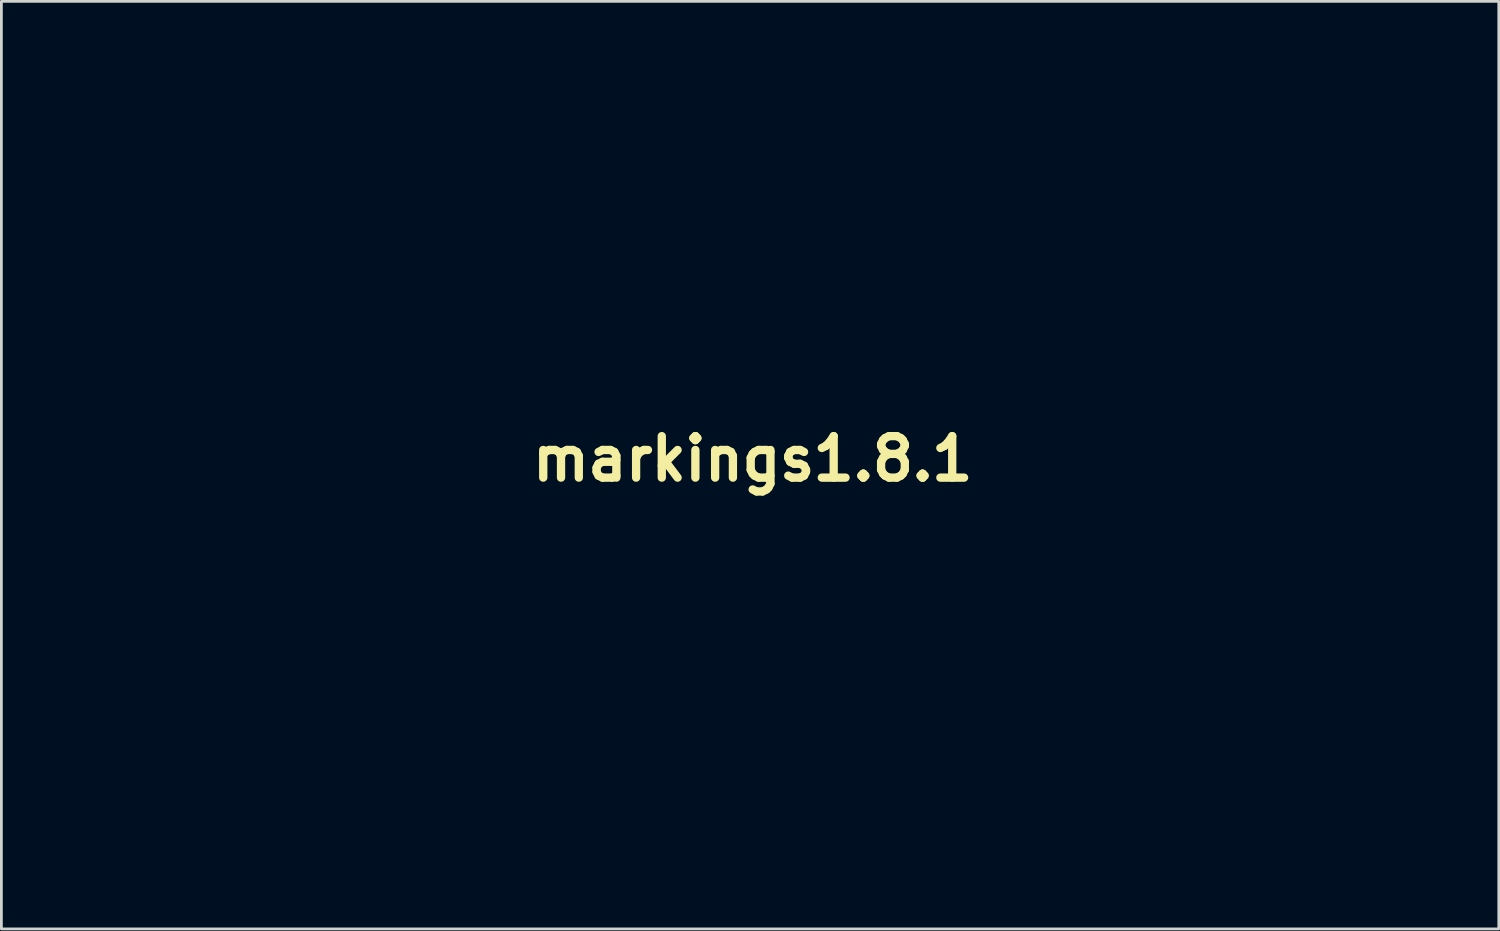
<source format=kicad_pcb>
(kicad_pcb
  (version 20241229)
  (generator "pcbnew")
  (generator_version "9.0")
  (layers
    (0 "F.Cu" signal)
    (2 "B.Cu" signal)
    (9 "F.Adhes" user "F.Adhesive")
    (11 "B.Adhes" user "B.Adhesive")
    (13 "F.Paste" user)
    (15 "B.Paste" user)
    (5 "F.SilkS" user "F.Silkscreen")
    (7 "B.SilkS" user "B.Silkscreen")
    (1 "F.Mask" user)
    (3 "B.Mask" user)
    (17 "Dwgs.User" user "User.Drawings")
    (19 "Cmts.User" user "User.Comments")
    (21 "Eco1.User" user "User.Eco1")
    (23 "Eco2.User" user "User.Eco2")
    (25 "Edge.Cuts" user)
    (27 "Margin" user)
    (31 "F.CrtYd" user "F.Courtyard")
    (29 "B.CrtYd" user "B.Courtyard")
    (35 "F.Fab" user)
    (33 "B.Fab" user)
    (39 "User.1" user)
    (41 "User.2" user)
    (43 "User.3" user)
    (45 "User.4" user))
  (footprint "markings1.8.1"
    (layer "F.Cu")
    (at 24.161 13.539)
    (property "Reference" "markings1.8.1" (at 0 0 0) (layer "F.SilkS") (effects (font (size 1.5 1.5) (thickness 0.3))))
    (attr board_only exclude_from_pos_files exclude_from_bom)
    (fp_poly (pts (xy 11.119 6.799) (xy 11.204 6.849) (xy 11.258 6.932) (xy 11.266 7.036) (xy 11.216 7.141) (xy 11.119 7.224) (xy 11.019 7.231) (xy 10.918 7.166) (xy 10.854 7.059) (xy 10.853 6.946) (xy 10.911 6.853) (xy 11.017 6.796)) (stroke (width 0) (type solid)) (fill yes) (layer "F.Mask"))
    (fp_poly (pts (xy 18.671 3.62) (xy 18.758 3.684) (xy 18.825 3.792) (xy 18.817 3.897) (xy 18.759 3.977) (xy 18.653 4.041) (xy 18.539 4.042) (xy 18.446 3.983) (xy 18.39 3.873) (xy 18.404 3.756) (xy 18.459 3.677) (xy 18.565 3.611)) (stroke (width 0) (type solid)) (fill yes) (layer "F.Mask"))
    (fp_poly (pts (xy 11.129 8.383) (xy 11.219 8.447) (xy 11.275 8.563) (xy 11.27 8.669) (xy 11.213 8.752) (xy 11.123 8.802) (xy 11.021 8.809) (xy 10.929 8.765) (xy 10.901 8.733) (xy 10.848 8.614) (xy 10.868 8.507) (xy 10.918 8.442) (xy 11.023 8.379)) (stroke (width 0) (type solid)) (fill yes) (layer "F.Mask"))
    (fp_poly (pts (xy 11.565 8.813) (xy 11.642 8.896) (xy 11.668 9.012) (xy 11.637 9.118) (xy 11.557 9.188) (xy 11.452 9.21) (xy 11.343 9.174) (xy 11.339 9.171) (xy 11.276 9.091) (xy 11.253 8.986) (xy 11.27 8.885) (xy 11.328 8.818) (xy 11.455 8.784)) (stroke (width 0) (type solid)) (fill yes) (layer "F.Mask"))
    (fp_poly (pts (xy 11.972 10.4) (xy 12.037 10.466) (xy 12.056 10.584) (xy 12.027 10.707) (xy 11.951 10.781) (xy 11.845 10.799) (xy 11.724 10.754) (xy 11.714 10.747) (xy 11.644 10.661) (xy 11.632 10.561) (xy 11.672 10.468) (xy 11.755 10.401) (xy 11.852 10.38)) (stroke (width 0) (type solid)) (fill yes) (layer "F.Mask"))
    (fp_poly (pts (xy 15.541 6.038) (xy 15.573 6.062) (xy 15.635 6.157) (xy 15.638 6.258) (xy 15.595 6.348) (xy 15.517 6.41) (xy 15.417 6.426) (xy 15.346 6.404) (xy 15.237 6.324) (xy 15.201 6.231) (xy 15.234 6.125) (xy 15.319 6.038) (xy 15.429 6.007)) (stroke (width 0) (type solid)) (fill yes) (layer "F.Mask"))
    (fp_poly (pts (xy 16.726 11.589) (xy 16.801 11.669) (xy 16.832 11.771) (xy 16.828 11.81) (xy 16.768 11.932) (xy 16.674 11.991) (xy 16.557 11.983) (xy 16.48 11.943) (xy 16.411 11.858) (xy 16.4 11.756) (xy 16.438 11.658) (xy 16.517 11.585) (xy 16.629 11.556)) (stroke (width 0) (type solid)) (fill yes) (layer "F.Mask"))
    (fp_poly (pts (xy 19.106 3.254) (xy 19.189 3.328) (xy 19.211 3.438) (xy 19.171 3.567) (xy 19.106 3.618) (xy 19.005 3.64) (xy 18.902 3.628) (xy 18.842 3.594) (xy 18.797 3.505) (xy 18.799 3.4) (xy 18.842 3.303) (xy 18.915 3.239) (xy 18.969 3.227)) (stroke (width 0) (type solid)) (fill yes) (layer "F.Mask"))
    (fp_poly (pts (xy 20.694 2.455) (xy 20.785 2.55) (xy 20.807 2.661) (xy 20.769 2.759) (xy 20.681 2.833) (xy 20.571 2.85) (xy 20.464 2.81) (xy 20.435 2.783) (xy 20.38 2.68) (xy 20.382 2.576) (xy 20.43 2.488) (xy 20.511 2.432) (xy 20.612 2.422)) (stroke (width 0) (type solid)) (fill yes) (layer "F.Mask"))
    (fp_poly (pts (xy 21.439 11.161) (xy 21.529 11.23) (xy 21.599 11.336) (xy 21.596 11.433) (xy 21.536 11.518) (xy 21.432 11.584) (xy 21.321 11.577) (xy 21.244 11.535) (xy 21.175 11.447) (xy 21.168 11.338) (xy 21.223 11.231) (xy 21.235 11.218) (xy 21.338 11.152)) (stroke (width 0) (type solid)) (fill yes) (layer "F.Mask"))
    (fp_poly (pts (xy 21.883 8.014) (xy 21.962 8.085) (xy 21.986 8.195) (xy 21.956 8.315) (xy 21.879 8.394) (xy 21.775 8.421) (xy 21.661 8.386) (xy 21.651 8.379) (xy 21.588 8.298) (xy 21.572 8.195) (xy 21.599 8.094) (xy 21.661 8.018) (xy 21.746 7.991)) (stroke (width 0) (type solid)) (fill yes) (layer "F.Mask"))
    (fp_poly (pts (xy 3.13 -2.145) (xy 3.214 -2.073) (xy 3.256 -1.969) (xy 3.243 -1.848) (xy 3.224 -1.808) (xy 3.141 -1.726) (xy 3.027 -1.691) (xy 2.911 -1.707) (xy 2.837 -1.758) (xy 2.784 -1.866) (xy 2.787 -1.987) (xy 2.842 -2.093) (xy 2.896 -2.136) (xy 3.019 -2.171)) (stroke (width 0) (type solid)) (fill yes) (layer "F.Mask"))
    (fp_poly (pts (xy 11.922 6.021) (xy 12.018 6.088) (xy 12.04 6.121) (xy 12.074 6.199) (xy 12.063 6.263) (xy 12.031 6.318) (xy 11.942 6.395) (xy 11.83 6.415) (xy 11.723 6.375) (xy 11.693 6.347) (xy 11.637 6.239) (xy 11.651 6.13) (xy 11.702 6.062) (xy 11.808 6.011)) (stroke (width 0) (type solid)) (fill yes) (layer "F.Mask"))
    (fp_poly (pts (xy 11.922 9.21) (xy 12.018 9.277) (xy 12.04 9.31) (xy 12.074 9.388) (xy 12.063 9.452) (xy 12.031 9.507) (xy 11.942 9.584) (xy 11.83 9.604) (xy 11.723 9.564) (xy 11.693 9.536) (xy 11.637 9.428) (xy 11.651 9.319) (xy 11.702 9.251) (xy 11.808 9.2)) (stroke (width 0) (type solid)) (fill yes) (layer "F.Mask"))
    (fp_poly (pts (xy 12.351 8.811) (xy 12.422 8.889) (xy 12.453 8.991) (xy 12.436 9.095) (xy 12.373 9.171) (xy 12.297 9.215) (xy 12.25 9.23) (xy 12.192 9.21) (xy 12.127 9.171) (xy 12.058 9.085) (xy 12.043 8.98) (xy 12.077 8.879) (xy 12.151 8.805) (xy 12.247 8.779)) (stroke (width 0) (type solid)) (fill yes) (layer "F.Mask"))
    (fp_poly (pts (xy 12.68 7.186) (xy 12.723 7.205) (xy 12.822 7.275) (xy 12.864 7.36) (xy 12.868 7.413) (xy 12.838 7.515) (xy 12.76 7.584) (xy 12.658 7.612) (xy 12.555 7.594) (xy 12.473 7.524) (xy 12.427 7.413) (xy 12.451 7.316) (xy 12.536 7.232) (xy 12.615 7.184)) (stroke (width 0) (type solid)) (fill yes) (layer "F.Mask"))
    (fp_poly (pts (xy 13.592 4.073) (xy 13.648 4.171) (xy 13.657 4.238) (xy 13.627 4.353) (xy 13.551 4.425) (xy 13.45 4.446) (xy 13.342 4.409) (xy 13.301 4.375) (xy 13.224 4.274) (xy 13.216 4.186) (xy 13.276 4.095) (xy 13.282 4.09) (xy 13.389 4.024) (xy 13.499 4.021)) (stroke (width 0) (type solid)) (fill yes) (layer "F.Mask"))
    (fp_poly (pts (xy 15.122 11.576) (xy 15.196 11.643) (xy 15.231 11.701) (xy 15.249 11.801) (xy 15.211 11.891) (xy 15.134 11.959) (xy 15.038 11.994) (xy 14.941 11.981) (xy 14.883 11.939) (xy 14.828 11.834) (xy 14.827 11.723) (xy 14.873 11.626) (xy 14.958 11.566) (xy 15.019 11.556)) (stroke (width 0) (type solid)) (fill yes) (layer "F.Mask"))
    (fp_poly (pts (xy 16.709 9.992) (xy 16.806 10.088) (xy 16.831 10.197) (xy 16.792 10.301) (xy 16.705 10.373) (xy 16.592 10.392) (xy 16.483 10.356) (xy 16.452 10.332) (xy 16.405 10.238) (xy 16.419 10.129) (xy 16.489 10.028) (xy 16.515 10.006) (xy 16.59 9.958) (xy 16.644 9.955)) (stroke (width 0) (type solid)) (fill yes) (layer "F.Mask"))
    (fp_poly (pts (xy 19.112 4.046) (xy 19.182 4.124) (xy 19.21 4.226) (xy 19.191 4.33) (xy 19.126 4.406) (xy 19.057 4.451) (xy 19.006 4.458) (xy 18.937 4.43) (xy 18.909 4.416) (xy 18.833 4.349) (xy 18.803 4.24) (xy 18.819 4.116) (xy 18.892 4.039) (xy 19.008 4.014)) (stroke (width 0) (type solid)) (fill yes) (layer "F.Mask"))
    (fp_poly (pts (xy 21.104 9.212) (xy 21.159 9.265) (xy 21.196 9.393) (xy 21.169 9.507) (xy 21.139 9.546) (xy 21.056 9.591) (xy 20.952 9.603) (xy 20.862 9.581) (xy 20.833 9.558) (xy 20.774 9.436) (xy 20.778 9.324) (xy 20.839 9.238) (xy 20.951 9.195) (xy 20.991 9.192)) (stroke (width 0) (type solid)) (fill yes) (layer "F.Mask"))
    (fp_poly (pts (xy 21.409 6.01) (xy 21.505 6.049) (xy 21.576 6.126) (xy 21.607 6.219) (xy 21.59 6.29) (xy 21.495 6.39) (xy 21.382 6.424) (xy 21.312 6.41) (xy 21.208 6.347) (xy 21.164 6.252) (xy 21.161 6.206) (xy 21.194 6.107) (xy 21.277 6.035) (xy 21.389 6.008)) (stroke (width 0) (type solid)) (fill yes) (layer "F.Mask"))
    (fp_poly (pts (xy 21.43 5.228) (xy 21.53 5.283) (xy 21.57 5.333) (xy 21.604 5.411) (xy 21.593 5.475) (xy 21.561 5.53) (xy 21.472 5.606) (xy 21.358 5.629) (xy 21.249 5.593) (xy 21.219 5.569) (xy 21.168 5.47) (xy 21.172 5.356) (xy 21.221 5.272) (xy 21.317 5.223)) (stroke (width 0) (type solid)) (fill yes) (layer "F.Mask"))
    (fp_poly (pts (xy 21.884 5.623) (xy 21.953 5.705) (xy 21.985 5.809) (xy 21.986 5.822) (xy 21.956 5.932) (xy 21.881 6.006) (xy 21.782 6.035) (xy 21.681 6.01) (xy 21.635 5.972) (xy 21.582 5.866) (xy 21.588 5.754) (xy 21.643 5.658) (xy 21.739 5.599) (xy 21.801 5.59)) (stroke (width 0) (type solid)) (fill yes) (layer "F.Mask"))
    (fp_poly (pts (xy 21.891 4.834) (xy 21.958 4.912) (xy 21.986 5.014) (xy 21.966 5.118) (xy 21.902 5.194) (xy 21.826 5.238) (xy 21.779 5.253) (xy 21.721 5.233) (xy 21.657 5.194) (xy 21.589 5.109) (xy 21.576 5.005) (xy 21.612 4.904) (xy 21.688 4.829) (xy 21.789 4.802)) (stroke (width 0) (type solid)) (fill yes) (layer "F.Mask"))
    (fp_poly (pts (xy -10.355 -2.683) (xy -10.355 -1.688) (xy -10.593 -1.688) (xy -10.72 -1.692) (xy -10.816 -1.702) (xy -10.855 -1.713) (xy -10.862 -1.756) (xy -10.868 -1.864) (xy -10.873 -2.026) (xy -10.877 -2.233) (xy -10.88 -2.473) (xy -10.88 -2.708) (xy -10.88 -3.677) (xy -10.618 -3.677) (xy -10.355 -3.677)) (stroke (width 0) (type solid)) (fill yes) (layer "F.Mask"))
    (fp_poly (pts (xy 5.579 -2.143) (xy 5.619 -2.118) (xy 5.682 -2.033) (xy 5.704 -1.918) (xy 5.681 -1.803) (xy 5.644 -1.747) (xy 5.548 -1.698) (xy 5.427 -1.694) (xy 5.315 -1.736) (xy 5.309 -1.74) (xy 5.251 -1.827) (xy 5.238 -1.932) (xy 5.267 -2.064) (xy 5.343 -2.148) (xy 5.453 -2.177)) (stroke (width 0) (type solid)) (fill yes) (layer "F.Mask"))
    (fp_poly (pts (xy 11.535 6.407) (xy 11.574 6.431) (xy 11.65 6.516) (xy 11.668 6.619) (xy 11.635 6.719) (xy 11.558 6.795) (xy 11.444 6.828) (xy 11.435 6.828) (xy 11.348 6.811) (xy 11.301 6.781) (xy 11.248 6.67) (xy 11.251 6.553) (xy 11.307 6.456) (xy 11.368 6.416) (xy 11.46 6.389)) (stroke (width 0) (type solid)) (fill yes) (layer "F.Mask"))
    (fp_poly (pts (xy 15.543 8.03) (xy 15.618 8.106) (xy 15.645 8.207) (xy 15.618 8.277) (xy 15.553 8.357) (xy 15.476 8.42) (xy 15.42 8.442) (xy 15.375 8.421) (xy 15.301 8.369) (xy 15.294 8.364) (xy 15.212 8.272) (xy 15.204 8.174) (xy 15.253 8.075) (xy 15.339 8.007) (xy 15.443 7.995)) (stroke (width 0) (type solid)) (fill yes) (layer "F.Mask"))
    (fp_poly (pts (xy 15.544 12.795) (xy 15.619 12.869) (xy 15.645 12.966) (xy 15.621 13.067) (xy 15.542 13.143) (xy 15.507 13.163) (xy 15.439 13.197) (xy 15.394 13.198) (xy 15.337 13.163) (xy 15.294 13.129) (xy 15.212 13.037) (xy 15.204 12.939) (xy 15.253 12.84) (xy 15.338 12.773) (xy 15.443 12.76)) (stroke (width 0) (type solid)) (fill yes) (layer "F.Mask"))
    (fp_poly (pts (xy 16.712 9.211) (xy 16.787 9.278) (xy 16.796 9.29) (xy 16.837 9.368) (xy 16.832 9.432) (xy 16.805 9.487) (xy 16.723 9.569) (xy 16.615 9.6) (xy 16.508 9.576) (xy 16.459 9.538) (xy 16.4 9.429) (xy 16.403 9.323) (xy 16.462 9.238) (xy 16.567 9.194) (xy 16.602 9.192)) (stroke (width 0) (type solid)) (fill yes) (layer "F.Mask"))
    (fp_poly (pts (xy 17.048 10.369) (xy 17.099 10.395) (xy 17.2 10.483) (xy 17.231 10.586) (xy 17.188 10.697) (xy 17.179 10.709) (xy 17.081 10.787) (xy 16.974 10.799) (xy 16.876 10.743) (xy 16.87 10.737) (xy 16.813 10.627) (xy 16.821 10.512) (xy 16.89 10.417) (xy 16.906 10.405) (xy 16.985 10.364)) (stroke (width 0) (type solid)) (fill yes) (layer "F.Mask"))
    (fp_poly (pts (xy 20.286 6.025) (xy 20.368 6.086) (xy 20.409 6.186) (xy 20.41 6.209) (xy 20.38 6.318) (xy 20.303 6.389) (xy 20.201 6.417) (xy 20.097 6.395) (xy 20.01 6.318) (xy 20.01 6.318) (xy 19.969 6.24) (xy 19.974 6.176) (xy 20.001 6.121) (xy 20.081 6.037) (xy 20.183 6.007)) (stroke (width 0) (type solid)) (fill yes) (layer "F.Mask"))
    (fp_poly (pts (xy 23.456 6.417) (xy 23.463 6.42) (xy 23.549 6.492) (xy 23.582 6.591) (xy 23.568 6.693) (xy 23.511 6.779) (xy 23.415 6.825) (xy 23.379 6.828) (xy 23.278 6.805) (xy 23.211 6.76) (xy 23.155 6.649) (xy 23.169 6.533) (xy 23.224 6.453) (xy 23.295 6.394) (xy 23.361 6.383)) (stroke (width 0) (type solid)) (fill yes) (layer "F.Mask"))
    (fp_poly (pts (xy 23.85 6.02) (xy 23.915 6.062) (xy 23.962 6.15) (xy 23.972 6.26) (xy 23.943 6.354) (xy 23.929 6.371) (xy 23.85 6.407) (xy 23.742 6.413) (xy 23.642 6.389) (xy 23.599 6.359) (xy 23.558 6.263) (xy 23.561 6.153) (xy 23.607 6.065) (xy 23.62 6.053) (xy 23.734 6.007)) (stroke (width 0) (type solid)) (fill yes) (layer "F.Mask"))
    (fp_poly (pts (xy 1.276 -11.181) (xy 1.276 -10.955) (xy 0.994 -10.955) (xy 0.713 -10.955) (xy 0.713 -10.186) (xy 0.713 -9.417) (xy 0.431 -9.417) (xy 0.15 -9.417) (xy 0.15 -10.186) (xy 0.15 -10.955) (xy -0.131 -10.955) (xy -0.413 -10.955) (xy -0.413 -11.181) (xy -0.413 -11.406) (xy 0.431 -11.406) (xy 1.276 -11.406)) (stroke (width 0) (type solid)) (fill yes) (layer "F.Mask"))
    (fp_poly (pts (xy 15.056 4.411) (xy 15.144 4.448) (xy 15.186 4.474) (xy 15.221 4.541) (xy 15.231 4.643) (xy 15.216 4.743) (xy 15.187 4.795) (xy 15.103 4.834) (xy 14.994 4.833) (xy 14.897 4.796) (xy 14.879 4.781) (xy 14.829 4.69) (xy 14.83 4.587) (xy 14.871 4.491) (xy 14.941 4.424) (xy 15.032 4.406)) (stroke (width 0) (type solid)) (fill yes) (layer "F.Mask"))
    (fp_poly (pts (xy 19.479 3.627) (xy 19.547 3.677) (xy 19.603 3.758) (xy 19.622 3.827) (xy 19.597 3.909) (xy 19.547 3.977) (xy 19.465 4.033) (xy 19.397 4.052) (xy 19.315 4.027) (xy 19.247 3.977) (xy 19.191 3.895) (xy 19.172 3.827) (xy 19.197 3.745) (xy 19.247 3.677) (xy 19.329 3.621) (xy 19.397 3.602)) (stroke (width 0) (type solid)) (fill yes) (layer "F.Mask"))
    (fp_poly (pts (xy 22.995 7.186) (xy 23.071 7.221) (xy 23.156 7.283) (xy 23.186 7.365) (xy 23.186 7.389) (xy 23.156 7.512) (xy 23.077 7.591) (xy 22.966 7.615) (xy 22.841 7.576) (xy 22.839 7.576) (xy 22.784 7.505) (xy 22.771 7.403) (xy 22.799 7.299) (xy 22.865 7.221) (xy 22.865 7.221) (xy 22.934 7.184)) (stroke (width 0) (type solid)) (fill yes) (layer "F.Mask"))
    (fp_poly (pts (xy 13.439 6.392) (xy 13.569 6.435) (xy 13.639 6.511) (xy 13.657 6.6) (xy 13.639 6.703) (xy 13.579 6.772) (xy 13.468 6.812) (xy 13.296 6.828) (xy 13.234 6.828) (xy 13.065 6.823) (xy 12.957 6.805) (xy 12.894 6.773) (xy 12.89 6.769) (xy 12.846 6.689) (xy 12.831 6.603) (xy 12.856 6.497) (xy 12.935 6.427) (xy 13.072 6.388) (xy 13.244 6.378)) (stroke (width 0) (type solid)) (fill yes) (layer "F.Mask"))
    (fp_poly (pts (xy 19.898 2.839) (xy 19.97 2.916) (xy 20.014 3.052) (xy 20.032 3.238) (xy 20.023 3.428) (xy 19.977 3.555) (xy 19.892 3.624) (xy 19.798 3.639) (xy 19.698 3.626) (xy 19.63 3.595) (xy 19.63 3.594) (xy 19.605 3.531) (xy 19.59 3.406) (xy 19.585 3.244) (xy 19.594 3.049) (xy 19.624 2.919) (xy 19.68 2.844) (xy 19.766 2.815) (xy 19.794 2.814)) (stroke (width 0) (type solid)) (fill yes) (layer "F.Mask"))
    (fp_poly (pts (xy 6.707 -2.692) (xy 6.697 -1.707) (xy 6.444 -1.695) (xy 6.295 -1.692) (xy 6.208 -1.704) (xy 6.172 -1.731) (xy 6.172 -1.732) (xy 6.166 -1.784) (xy 6.159 -1.898) (xy 6.153 -2.062) (xy 6.148 -2.265) (xy 6.144 -2.492) (xy 6.144 -2.514) (xy 6.134 -3.245) (xy 5.984 -3.245) (xy 5.834 -3.245) (xy 5.823 -3.461) (xy 5.812 -3.677) (xy 6.264 -3.677) (xy 6.717 -3.677)) (stroke (width 0) (type solid)) (fill yes) (layer "F.Mask"))
    (fp_poly (pts (xy 19.388 0.838) (xy 19.525 0.878) (xy 19.602 0.947) (xy 19.622 1.034) (xy 19.599 1.145) (xy 19.525 1.22) (xy 19.394 1.262) (xy 19.198 1.276) (xy 19.193 1.276) (xy 19.025 1.27) (xy 18.918 1.251) (xy 18.856 1.217) (xy 18.856 1.217) (xy 18.812 1.136) (xy 18.797 1.051) (xy 18.812 0.946) (xy 18.866 0.878) (xy 18.969 0.84) (xy 19.132 0.826) (xy 19.185 0.825)) (stroke (width 0) (type solid)) (fill yes) (layer "F.Mask"))
    (fp_poly (pts (xy 23.862 6.807) (xy 23.924 6.862) (xy 23.959 6.967) (xy 23.973 7.131) (xy 23.974 7.204) (xy 23.969 7.374) (xy 23.953 7.485) (xy 23.923 7.549) (xy 23.915 7.557) (xy 23.816 7.609) (xy 23.698 7.605) (xy 23.624 7.569) (xy 23.584 7.505) (xy 23.552 7.391) (xy 23.532 7.251) (xy 23.526 7.112) (xy 23.539 6.998) (xy 23.599 6.876) (xy 23.697 6.804) (xy 23.768 6.791)) (stroke (width 0) (type solid)) (fill yes) (layer "F.Mask"))
    (fp_poly (pts (xy 19.781 5.6) (xy 19.902 5.633) (xy 19.971 5.695) (xy 19.998 5.778) (xy 19.999 5.891) (xy 19.958 5.968) (xy 19.867 6.015) (xy 19.717 6.037) (xy 19.584 6.04) (xy 19.432 6.038) (xy 19.336 6.028) (xy 19.278 6.007) (xy 19.239 5.969) (xy 19.23 5.957) (xy 19.177 5.838) (xy 19.197 5.731) (xy 19.247 5.665) (xy 19.302 5.624) (xy 19.379 5.601) (xy 19.497 5.592) (xy 19.598 5.59)) (stroke (width 0) (type solid)) (fill yes) (layer "F.Mask"))
    (fp_poly (pts (xy 17.767 11.562) (xy 17.886 11.581) (xy 17.941 11.603) (xy 18.01 11.7) (xy 18.013 11.816) (xy 17.965 11.912) (xy 17.919 11.961) (xy 17.865 11.989) (xy 17.78 12.002) (xy 17.645 12.006) (xy 17.614 12.006) (xy 17.463 12.003) (xy 17.367 11.99) (xy 17.304 11.962) (xy 17.26 11.924) (xy 17.193 11.815) (xy 17.201 11.711) (xy 17.258 11.631) (xy 17.314 11.59) (xy 17.391 11.567) (xy 17.51 11.557) (xy 17.608 11.556)) (stroke (width 0) (type solid)) (fill yes) (layer "F.Mask"))
    (fp_poly (pts (xy 19.868 12.359) (xy 19.96 12.429) (xy 20.02 12.552) (xy 20.021 12.554) (xy 20.034 12.664) (xy 20.03 12.802) (xy 20.014 12.939) (xy 19.987 13.052) (xy 19.957 13.111) (xy 19.843 13.178) (xy 19.725 13.177) (xy 19.668 13.148) (xy 19.626 13.111) (xy 19.602 13.061) (xy 19.589 12.979) (xy 19.585 12.847) (xy 19.585 12.779) (xy 19.588 12.616) (xy 19.599 12.51) (xy 19.622 12.444) (xy 19.653 12.406) (xy 19.761 12.349)) (stroke (width 0) (type solid)) (fill yes) (layer "F.Mask"))
    (fp_poly (pts (xy 15.482 3.616) (xy 15.562 3.66) (xy 15.605 3.698) (xy 15.63 3.751) (xy 15.642 3.838) (xy 15.645 3.977) (xy 15.645 4.009) (xy 15.639 4.177) (xy 15.621 4.301) (xy 15.598 4.36) (xy 15.501 4.434) (xy 15.388 4.437) (xy 15.295 4.388) (xy 15.243 4.341) (xy 15.213 4.287) (xy 15.199 4.206) (xy 15.195 4.077) (xy 15.195 4.032) (xy 15.198 3.882) (xy 15.211 3.785) (xy 15.239 3.722) (xy 15.277 3.678) (xy 15.38 3.612)) (stroke (width 0) (type solid)) (fill yes) (layer "F.Mask"))
    (fp_poly (pts (xy -3.452 -7.297) (xy -3.452 -7.091) (xy -3.958 -7.091) (xy -4.465 -7.091) (xy -4.465 -6.922) (xy -4.465 -6.753) (xy -4.014 -6.753) (xy -3.564 -6.753) (xy -3.564 -6.528) (xy -3.564 -6.303) (xy -4.014 -6.303) (xy -4.465 -6.303) (xy -4.465 -6.135) (xy -4.465 -5.968) (xy -3.949 -5.957) (xy -3.433 -5.947) (xy -3.422 -5.75) (xy -3.41 -5.553) (xy -4.219 -5.553) (xy -5.027 -5.553) (xy -5.027 -6.528) (xy -5.027 -7.504) (xy -4.24 -7.504) (xy -3.452 -7.504)) (stroke (width 0) (type solid)) (fill yes) (layer "F.Mask"))
    (fp_poly (pts (xy 3.001 -11.181) (xy 3.001 -10.955) (xy 2.495 -10.955) (xy 1.988 -10.955) (xy 1.988 -10.788) (xy 1.988 -10.62) (xy 2.448 -10.61) (xy 2.908 -10.599) (xy 2.908 -10.393) (xy 2.908 -10.186) (xy 2.448 -10.176) (xy 1.988 -10.165) (xy 1.988 -9.998) (xy 1.988 -9.83) (xy 2.514 -9.83) (xy 3.039 -9.83) (xy 3.039 -9.623) (xy 3.039 -9.417) (xy 2.251 -9.417) (xy 1.463 -9.417) (xy 1.463 -10.411) (xy 1.463 -11.406) (xy 2.232 -11.406) (xy 3.001 -11.406)) (stroke (width 0) (type solid)) (fill yes) (layer "F.Mask"))
    (fp_poly (pts (xy -13.527 -11.401) (xy -13.407 -11.393) (xy -13.318 -11.38) (xy -13.289 -11.371) (xy -13.257 -11.335) (xy -13.189 -11.249) (xy -13.09 -11.123) (xy -12.97 -10.966) (xy -12.839 -10.791) (xy -12.421 -10.233) (xy -12.41 -10.81) (xy -12.4 -11.387) (xy -12.167 -11.398) (xy -11.933 -11.409) (xy -11.923 -10.413) (xy -11.912 -9.417) (xy -12.156 -9.419) (xy -12.4 -9.421) (xy -12.813 -9.981) (xy -13.225 -10.541) (xy -13.236 -9.979) (xy -13.246 -9.417) (xy -13.489 -9.417) (xy -13.732 -9.417) (xy -13.732 -10.413) (xy -13.732 -11.409)) (stroke (width 0) (type solid)) (fill yes) (layer "F.Mask"))
    (fp_poly (pts (xy 14.823 13.165) (xy 15.013 13.174) (xy 15.14 13.202) (xy 15.218 13.259) (xy 15.257 13.358) (xy 15.269 13.508) (xy 15.27 13.569) (xy 15.266 13.71) (xy 15.248 13.8) (xy 15.21 13.867) (xy 15.178 13.902) (xy 15.115 13.954) (xy 15.042 13.982) (xy 14.933 13.991) (xy 14.85 13.991) (xy 14.716 13.987) (xy 14.608 13.978) (xy 14.557 13.968) (xy 14.481 13.92) (xy 14.434 13.834) (xy 14.411 13.696) (xy 14.407 13.563) (xy 14.412 13.387) (xy 14.435 13.271) (xy 14.488 13.203) (xy 14.586 13.172) (xy 14.74 13.164)) (stroke (width 0) (type solid)) (fill yes) (layer "F.Mask"))
    (fp_poly (pts (xy 1.977 -3.669) (xy 2.42 -3.658) (xy 2.42 -2.683) (xy 2.42 -1.707) (xy 2.17 -1.696) (xy 2.04 -1.695) (xy 1.943 -1.703) (xy 1.899 -1.718) (xy 1.894 -1.764) (xy 1.889 -1.873) (xy 1.886 -2.034) (xy 1.885 -2.233) (xy 1.887 -2.459) (xy 1.887 -2.491) (xy 1.889 -2.743) (xy 1.89 -2.931) (xy 1.888 -3.064) (xy 1.881 -3.152) (xy 1.871 -3.204) (xy 1.854 -3.232) (xy 1.831 -3.245) (xy 1.814 -3.25) (xy 1.71 -3.261) (xy 1.645 -3.258) (xy 1.596 -3.256) (xy 1.568 -3.281) (xy 1.553 -3.349) (xy 1.546 -3.462) (xy 1.534 -3.679)) (stroke (width 0) (type solid)) (fill yes) (layer "F.Mask"))
    (fp_poly (pts (xy 11.129 9.198) (xy 11.19 9.221) (xy 11.233 9.27) (xy 11.263 9.355) (xy 11.281 9.485) (xy 11.29 9.669) (xy 11.293 9.916) (xy 11.293 10.007) (xy 11.292 10.244) (xy 11.29 10.418) (xy 11.284 10.539) (xy 11.274 10.621) (xy 11.258 10.675) (xy 11.235 10.712) (xy 11.218 10.73) (xy 11.111 10.794) (xy 10.998 10.795) (xy 10.905 10.737) (xy 10.882 10.702) (xy 10.866 10.647) (xy 10.854 10.563) (xy 10.847 10.437) (xy 10.844 10.258) (xy 10.843 10.016) (xy 10.843 10.003) (xy 10.845 9.764) (xy 10.851 9.559) (xy 10.861 9.399) (xy 10.873 9.295) (xy 10.882 9.265) (xy 10.949 9.207) (xy 11.048 9.192)) (stroke (width 0) (type solid)) (fill yes) (layer "F.Mask"))
    (fp_poly (pts (xy 11.144 4.823) (xy 11.201 4.856) (xy 11.228 4.881) (xy 11.248 4.919) (xy 11.262 4.981) (xy 11.271 5.079) (xy 11.278 5.223) (xy 11.283 5.425) (xy 11.286 5.566) (xy 11.288 5.846) (xy 11.285 6.063) (xy 11.275 6.214) (xy 11.259 6.295) (xy 11.257 6.3) (xy 11.172 6.397) (xy 11.062 6.425) (xy 10.994 6.409) (xy 10.913 6.367) (xy 10.873 6.329) (xy 10.863 6.279) (xy 10.855 6.166) (xy 10.849 6.004) (xy 10.845 5.806) (xy 10.843 5.605) (xy 10.844 5.361) (xy 10.846 5.181) (xy 10.852 5.054) (xy 10.862 4.969) (xy 10.876 4.914) (xy 10.897 4.879) (xy 10.911 4.864) (xy 11.023 4.808)) (stroke (width 0) (type solid)) (fill yes) (layer "F.Mask"))
    (fp_poly (pts (xy -6.453 -3.471) (xy -6.453 -3.264) (xy -6.96 -3.264) (xy -7.466 -3.264) (xy -7.466 -3.077) (xy -7.466 -2.889) (xy -7.016 -2.889) (xy -6.566 -2.889) (xy -6.566 -2.683) (xy -6.566 -2.476) (xy -7.016 -2.476) (xy -7.466 -2.476) (xy -7.466 -2.308) (xy -7.466 -2.141) (xy -6.95 -2.13) (xy -6.434 -2.12) (xy -6.434 -1.913) (xy -6.434 -1.707) (xy -7.21 -1.697) (xy -7.444 -1.695) (xy -7.651 -1.697) (xy -7.821 -1.701) (xy -7.942 -1.708) (xy -8.002 -1.717) (xy -8.007 -1.72) (xy -8.012 -1.765) (xy -8.016 -1.875) (xy -8.019 -2.039) (xy -8.02 -2.246) (xy -8.02 -2.487) (xy -8.019 -2.706) (xy -8.01 -3.658) (xy -7.232 -3.668) (xy -6.453 -3.678)) (stroke (width 0) (type solid)) (fill yes) (layer "F.Mask"))
    (fp_poly (pts (xy 5.422 -7.513) (xy 5.462 -7.507) (xy 5.469 -7.465) (xy 5.474 -7.365) (xy 5.477 -7.222) (xy 5.478 -7.103) (xy 5.478 -6.716) (xy 5.853 -6.716) (xy 6.228 -6.716) (xy 6.233 -7.053) (xy 6.235 -7.209) (xy 6.238 -7.339) (xy 6.241 -7.422) (xy 6.242 -7.438) (xy 6.281 -7.468) (xy 6.39 -7.487) (xy 6.519 -7.496) (xy 6.791 -7.507) (xy 6.791 -6.53) (xy 6.791 -5.553) (xy 6.507 -5.553) (xy 6.224 -5.553) (xy 6.231 -5.919) (xy 6.239 -6.284) (xy 5.867 -6.284) (xy 5.496 -6.284) (xy 5.486 -5.919) (xy 5.475 -5.553) (xy 5.214 -5.553) (xy 4.952 -5.553) (xy 4.952 -6.525) (xy 4.952 -7.497) (xy 5.2 -7.51) (xy 5.328 -7.514)) (stroke (width 0) (type solid)) (fill yes) (layer "F.Mask"))
    (fp_poly (pts (xy 15.011 8.375) (xy 15.13 8.408) (xy 15.203 8.473) (xy 15.245 8.58) (xy 15.258 8.643) (xy 15.279 8.734) (xy 15.32 8.772) (xy 15.4 8.779) (xy 15.528 8.809) (xy 15.612 8.885) (xy 15.642 8.991) (xy 15.611 9.109) (xy 15.592 9.138) (xy 15.562 9.169) (xy 15.515 9.19) (xy 15.439 9.204) (xy 15.318 9.212) (xy 15.141 9.218) (xy 15.076 9.219) (xy 14.893 9.22) (xy 14.735 9.217) (xy 14.617 9.212) (xy 14.558 9.203) (xy 14.557 9.203) (xy 14.483 9.152) (xy 14.436 9.065) (xy 14.413 8.928) (xy 14.408 8.789) (xy 14.415 8.606) (xy 14.446 8.484) (xy 14.514 8.412) (xy 14.629 8.377) (xy 14.805 8.367) (xy 14.833 8.367)) (stroke (width 0) (type solid)) (fill yes) (layer "F.Mask"))
    (fp_poly (pts (xy 18.855 10.36) (xy 19.017 10.378) (xy 19.123 10.411) (xy 19.184 10.464) (xy 19.208 10.541) (xy 19.209 10.577) (xy 19.194 10.675) (xy 19.143 10.742) (xy 19.044 10.783) (xy 18.888 10.802) (xy 18.747 10.805) (xy 18.422 10.805) (xy 18.422 11.14) (xy 18.418 11.318) (xy 18.405 11.436) (xy 18.382 11.508) (xy 18.363 11.534) (xy 18.263 11.587) (xy 18.147 11.579) (xy 18.046 11.518) (xy 18.013 11.477) (xy 17.992 11.423) (xy 17.979 11.34) (xy 17.973 11.214) (xy 17.971 11.028) (xy 17.971 11.013) (xy 17.976 10.776) (xy 17.992 10.604) (xy 18.021 10.487) (xy 18.067 10.415) (xy 18.131 10.379) (xy 18.135 10.378) (xy 18.205 10.369) (xy 18.33 10.362) (xy 18.491 10.357) (xy 18.629 10.356)) (stroke (width 0) (type solid)) (fill yes) (layer "F.Mask"))
    (fp_poly (pts (xy 12.596 1.645) (xy 12.725 1.709) (xy 12.807 1.817) (xy 12.853 1.976) (xy 12.868 2.195) (xy 12.869 2.249) (xy 12.86 2.467) (xy 12.828 2.626) (xy 12.762 2.735) (xy 12.653 2.803) (xy 12.492 2.839) (xy 12.269 2.851) (xy 12.208 2.851) (xy 12.04 2.85) (xy 11.929 2.844) (xy 11.856 2.828) (xy 11.802 2.798) (xy 11.748 2.75) (xy 11.74 2.742) (xy 11.691 2.689) (xy 11.66 2.639) (xy 11.641 2.573) (xy 11.633 2.475) (xy 11.631 2.327) (xy 11.631 2.242) (xy 11.632 2.067) (xy 11.636 1.95) (xy 11.65 1.873) (xy 11.675 1.819) (xy 11.716 1.771) (xy 11.746 1.742) (xy 11.811 1.686) (xy 11.877 1.652) (xy 11.967 1.633) (xy 12.102 1.622) (xy 12.164 1.619) (xy 12.411 1.618)) (stroke (width 0) (type solid)) (fill yes) (layer "F.Mask"))
    (fp_poly (pts (xy 22.848 1.623) (xy 22.954 1.649) (xy 23.036 1.696) (xy 23.096 1.752) (xy 23.139 1.805) (xy 23.165 1.863) (xy 23.18 1.946) (xy 23.186 2.072) (xy 23.186 2.202) (xy 23.179 2.427) (xy 23.153 2.59) (xy 23.106 2.703) (xy 23.033 2.778) (xy 22.981 2.807) (xy 22.893 2.828) (xy 22.755 2.841) (xy 22.589 2.848) (xy 22.419 2.846) (xy 22.269 2.837) (xy 22.164 2.819) (xy 22.147 2.813) (xy 22.055 2.749) (xy 21.993 2.639) (xy 21.96 2.476) (xy 21.953 2.25) (xy 21.954 2.191) (xy 21.962 2.023) (xy 21.974 1.912) (xy 21.994 1.838) (xy 22.029 1.782) (xy 22.071 1.736) (xy 22.129 1.684) (xy 22.192 1.652) (xy 22.278 1.633) (xy 22.41 1.623) (xy 22.494 1.619) (xy 22.7 1.614)) (stroke (width 0) (type solid)) (fill yes) (layer "F.Mask"))
    (fp_poly (pts (xy 15.633 9.567) (xy 15.877 9.568) (xy 16.056 9.571) (xy 16.183 9.576) (xy 16.268 9.586) (xy 16.322 9.601) (xy 16.357 9.622) (xy 16.371 9.636) (xy 16.426 9.742) (xy 16.423 9.856) (xy 16.363 9.949) (xy 16.35 9.959) (xy 16.296 9.985) (xy 16.212 10.002) (xy 16.086 10.012) (xy 15.904 10.017) (xy 15.773 10.017) (xy 15.28 10.017) (xy 15.258 10.152) (xy 15.231 10.257) (xy 15.196 10.335) (xy 15.192 10.34) (xy 15.114 10.383) (xy 15.007 10.388) (xy 14.908 10.356) (xy 14.879 10.334) (xy 14.845 10.275) (xy 14.827 10.173) (xy 14.82 10.013) (xy 14.82 9.983) (xy 14.821 9.847) (xy 14.829 9.744) (xy 14.855 9.67) (xy 14.907 9.62) (xy 14.995 9.59) (xy 15.129 9.574) (xy 15.316 9.568) (xy 15.567 9.567)) (stroke (width 0) (type solid)) (fill yes) (layer "F.Mask"))
    (fp_poly (pts (xy 12.303 6.396) (xy 12.358 6.428) (xy 12.406 6.464) (xy 12.435 6.508) (xy 12.45 6.577) (xy 12.455 6.689) (xy 12.456 6.808) (xy 12.454 6.966) (xy 12.446 7.066) (xy 12.427 7.127) (xy 12.393 7.167) (xy 12.373 7.183) (xy 12.27 7.228) (xy 12.185 7.241) (xy 12.109 7.253) (xy 12.083 7.303) (xy 12.081 7.345) (xy 12.054 7.473) (xy 11.983 7.566) (xy 11.887 7.614) (xy 11.782 7.608) (xy 11.693 7.548) (xy 11.657 7.484) (xy 11.637 7.379) (xy 11.631 7.219) (xy 11.631 7.197) (xy 11.64 7.014) (xy 11.672 6.893) (xy 11.734 6.824) (xy 11.835 6.794) (xy 11.904 6.791) (xy 11.989 6.786) (xy 12.03 6.759) (xy 12.046 6.688) (xy 12.051 6.633) (xy 12.07 6.518) (xy 12.117 6.449) (xy 12.161 6.419) (xy 12.239 6.385)) (stroke (width 0) (type solid)) (fill yes) (layer "F.Mask"))
    (fp_poly (pts (xy 20.548 5.217) (xy 20.649 5.226) (xy 20.71 5.245) (xy 20.749 5.279) (xy 20.764 5.298) (xy 20.81 5.402) (xy 20.823 5.486) (xy 20.831 5.557) (xy 20.872 5.585) (xy 20.952 5.59) (xy 21.07 5.62) (xy 21.155 5.696) (xy 21.197 5.799) (xy 21.187 5.908) (xy 21.139 5.982) (xy 21.063 6.018) (xy 20.938 6.039) (xy 20.79 6.045) (xy 20.641 6.037) (xy 20.516 6.014) (xy 20.44 5.977) (xy 20.438 5.975) (xy 20.393 5.892) (xy 20.366 5.783) (xy 20.366 5.78) (xy 20.35 5.692) (xy 20.306 5.652) (xy 20.222 5.638) (xy 20.109 5.603) (xy 20.014 5.534) (xy 19.963 5.451) (xy 19.96 5.426) (xy 19.98 5.364) (xy 20.018 5.298) (xy 20.055 5.257) (xy 20.104 5.232) (xy 20.186 5.22) (xy 20.317 5.215) (xy 20.391 5.215)) (stroke (width 0) (type solid)) (fill yes) (layer "F.Mask"))
    (fp_poly (pts (xy 1.411 -2.661) (xy 1.46 -2.655) (xy 1.463 -2.652) (xy 1.45 -2.613) (xy 1.416 -2.521) (xy 1.366 -2.392) (xy 1.308 -2.244) (xy 1.248 -2.093) (xy 1.192 -1.955) (xy 1.147 -1.847) (xy 1.124 -1.792) (xy 1.078 -1.722) (xy 1.01 -1.693) (xy 0.931 -1.688) (xy 0.828 -1.698) (xy 0.773 -1.735) (xy 0.754 -1.773) (xy 0.722 -1.854) (xy 0.674 -1.978) (xy 0.616 -2.128) (xy 0.555 -2.284) (xy 0.498 -2.43) (xy 0.452 -2.545) (xy 0.426 -2.613) (xy 0.423 -2.619) (xy 0.429 -2.65) (xy 0.489 -2.66) (xy 0.561 -2.657) (xy 0.72 -2.645) (xy 0.82 -2.357) (xy 0.868 -2.221) (xy 0.909 -2.114) (xy 0.935 -2.055) (xy 0.939 -2.05) (xy 0.959 -2.073) (xy 0.995 -2.154) (xy 1.042 -2.277) (xy 1.067 -2.347) (xy 1.174 -2.664) (xy 1.319 -2.664)) (stroke (width 0) (type solid)) (fill yes) (layer "F.Mask"))
    (fp_poly (pts (xy 14.613 11.976) (xy 14.741 12.003) (xy 14.816 12.057) (xy 14.851 12.143) (xy 14.857 12.225) (xy 14.864 12.305) (xy 14.901 12.338) (xy 14.986 12.344) (xy 15.106 12.367) (xy 15.192 12.442) (xy 15.253 12.531) (xy 15.261 12.596) (xy 15.213 12.666) (xy 15.178 12.702) (xy 15.125 12.747) (xy 15.067 12.775) (xy 14.982 12.789) (xy 14.851 12.793) (xy 14.765 12.794) (xy 14.445 12.794) (xy 14.445 12.943) (xy 14.436 13.047) (xy 14.397 13.109) (xy 14.334 13.149) (xy 14.244 13.193) (xy 14.188 13.198) (xy 14.133 13.16) (xy 14.086 13.114) (xy 14.047 13.071) (xy 14.021 13.023) (xy 14.005 12.956) (xy 13.997 12.855) (xy 13.995 12.703) (xy 13.994 12.579) (xy 13.996 12.352) (xy 14.007 12.19) (xy 14.035 12.082) (xy 14.087 12.016) (xy 14.17 11.982) (xy 14.292 11.97) (xy 14.422 11.968)) (stroke (width 0) (type solid)) (fill yes) (layer "F.Mask"))
    (fp_poly (pts (xy 12.44 11.969) (xy 12.563 11.974) (xy 12.642 11.986) (xy 12.696 12.009) (xy 12.739 12.045) (xy 12.759 12.065) (xy 12.804 12.122) (xy 12.833 12.188) (xy 12.85 12.283) (xy 12.86 12.426) (xy 12.863 12.498) (xy 12.864 12.737) (xy 12.839 12.913) (xy 12.78 13.034) (xy 12.677 13.111) (xy 12.521 13.153) (xy 12.304 13.168) (xy 12.211 13.169) (xy 12.043 13.168) (xy 11.931 13.162) (xy 11.857 13.146) (xy 11.803 13.117) (xy 11.75 13.069) (xy 11.74 13.059) (xy 11.691 13.006) (xy 11.659 12.955) (xy 11.641 12.889) (xy 11.633 12.789) (xy 11.631 12.637) (xy 11.631 12.569) (xy 11.632 12.395) (xy 11.637 12.279) (xy 11.651 12.203) (xy 11.678 12.148) (xy 11.721 12.098) (xy 11.74 12.078) (xy 11.791 12.03) (xy 11.84 11.998) (xy 11.904 11.98) (xy 11.999 11.971) (xy 12.142 11.969) (xy 12.259 11.968)) (stroke (width 0) (type solid)) (fill yes) (layer "F.Mask"))
    (fp_poly (pts (xy 16.706 2.439) (xy 16.792 2.502) (xy 16.824 2.571) (xy 16.824 2.698) (xy 16.76 2.795) (xy 16.642 2.851) (xy 16.593 2.858) (xy 16.5 2.872) (xy 16.457 2.908) (xy 16.441 2.989) (xy 16.44 3.001) (xy 16.4 3.148) (xy 16.314 3.235) (xy 16.183 3.264) (xy 16.098 3.271) (xy 16.063 3.306) (xy 16.058 3.368) (xy 16.029 3.508) (xy 15.948 3.602) (xy 15.825 3.639) (xy 15.813 3.639) (xy 15.7 3.619) (xy 15.647 3.567) (xy 15.627 3.495) (xy 15.614 3.373) (xy 15.608 3.226) (xy 15.608 3.212) (xy 15.61 3.064) (xy 15.621 2.972) (xy 15.645 2.915) (xy 15.686 2.876) (xy 15.691 2.872) (xy 15.794 2.827) (xy 15.879 2.814) (xy 15.954 2.803) (xy 15.98 2.754) (xy 15.983 2.705) (xy 16.007 2.572) (xy 16.084 2.481) (xy 16.219 2.428) (xy 16.362 2.409) (xy 16.566 2.409)) (stroke (width 0) (type solid)) (fill yes) (layer "F.Mask"))
    (fp_poly (pts (xy -2.11 -11.398) (xy -1.857 -11.387) (xy -1.851 -10.734) (xy -1.848 -10.494) (xy -1.843 -10.316) (xy -1.836 -10.19) (xy -1.824 -10.103) (xy -1.806 -10.042) (xy -1.782 -9.997) (xy -1.773 -9.984) (xy -1.664 -9.892) (xy -1.526 -9.847) (xy -1.379 -9.849) (xy -1.248 -9.898) (xy -1.153 -9.993) (xy -1.152 -9.994) (xy -1.133 -10.066) (xy -1.116 -10.206) (xy -1.101 -10.407) (xy -1.09 -10.663) (xy -1.088 -10.73) (xy -1.069 -11.387) (xy -0.825 -11.387) (xy -0.582 -11.387) (xy -0.582 -10.671) (xy -0.582 -9.955) (xy -0.694 -9.773) (xy -0.841 -9.596) (xy -1.03 -9.476) (xy -1.267 -9.409) (xy -1.416 -9.394) (xy -1.562 -9.392) (xy -1.689 -9.399) (xy -1.764 -9.412) (xy -1.961 -9.498) (xy -2.123 -9.608) (xy -2.165 -9.649) (xy -2.231 -9.727) (xy -2.28 -9.811) (xy -2.316 -9.912) (xy -2.34 -10.042) (xy -2.355 -10.211) (xy -2.362 -10.433) (xy -2.364 -10.712) (xy -2.364 -11.409)) (stroke (width 0) (type solid)) (fill yes) (layer "F.Mask"))
    (fp_poly (pts (xy 12.739 9.582) (xy 12.806 9.634) (xy 12.847 9.733) (xy 12.866 9.888) (xy 12.869 10.03) (xy 12.869 10.355) (xy 13.179 10.355) (xy 13.386 10.364) (xy 13.529 10.393) (xy 13.615 10.447) (xy 13.653 10.529) (xy 13.657 10.577) (xy 13.648 10.661) (xy 13.616 10.723) (xy 13.55 10.764) (xy 13.44 10.789) (xy 13.276 10.802) (xy 13.048 10.805) (xy 13.027 10.805) (xy 12.826 10.805) (xy 12.687 10.801) (xy 12.595 10.793) (xy 12.538 10.777) (xy 12.502 10.753) (xy 12.477 10.722) (xy 12.434 10.622) (xy 12.419 10.522) (xy 12.412 10.443) (xy 12.375 10.411) (xy 12.289 10.405) (xy 12.152 10.382) (xy 12.071 10.312) (xy 12.043 10.191) (xy 12.043 10.186) (xy 12.058 10.08) (xy 12.113 10.014) (xy 12.223 9.972) (xy 12.278 9.96) (xy 12.371 9.935) (xy 12.411 9.894) (xy 12.419 9.834) (xy 12.447 9.703) (xy 12.521 9.609) (xy 12.627 9.568) (xy 12.64 9.567)) (stroke (width 0) (type solid)) (fill yes) (layer "F.Mask"))
    (fp_poly (pts (xy -4.87 -11.398) (xy -4.596 -11.387) (xy -4.586 -10.402) (xy -4.576 -9.417) (xy -4.82 -9.417) (xy -5.063 -9.417) (xy -5.073 -9.988) (xy -5.084 -10.558) (xy -5.288 -10.081) (xy -5.493 -9.605) (xy -5.668 -9.605) (xy -5.843 -9.605) (xy -6.015 -9.989) (xy -6.089 -10.157) (xy -6.157 -10.311) (xy -6.21 -10.43) (xy -6.235 -10.486) (xy -6.254 -10.522) (xy -6.267 -10.524) (xy -6.277 -10.486) (xy -6.284 -10.399) (xy -6.29 -10.254) (xy -6.294 -10.044) (xy -6.295 -10.008) (xy -6.305 -9.417) (xy -6.529 -9.417) (xy -6.753 -9.417) (xy -6.753 -10.413) (xy -6.753 -11.409) (xy -6.472 -11.398) (xy -6.19 -11.387) (xy -5.947 -10.847) (xy -5.863 -10.661) (xy -5.789 -10.501) (xy -5.731 -10.377) (xy -5.694 -10.303) (xy -5.685 -10.287) (xy -5.662 -10.309) (xy -5.618 -10.385) (xy -5.561 -10.499) (xy -5.55 -10.525) (xy -5.476 -10.686) (xy -5.389 -10.877) (xy -5.303 -11.063) (xy -5.288 -11.095) (xy -5.143 -11.409)) (stroke (width 0) (type solid)) (fill yes) (layer "F.Mask"))
    (fp_poly (pts (xy -3.696 -11.387) (xy -3.463 -11.385) (xy -3.29 -11.377) (xy -3.159 -11.363) (xy -3.057 -11.34) (xy -2.993 -11.318) (xy -2.798 -11.208) (xy -2.66 -11.051) (xy -2.583 -10.857) (xy -2.57 -10.631) (xy -2.589 -10.505) (xy -2.669 -10.295) (xy -2.803 -10.134) (xy -2.993 -10.022) (xy -3.24 -9.959) (xy -3.487 -9.942) (xy -3.714 -9.942) (xy -3.714 -9.68) (xy -3.714 -9.417) (xy -3.978 -9.417) (xy -4.241 -9.417) (xy -4.231 -10.402) (xy -4.225 -10.955) (xy -3.714 -10.955) (xy -3.714 -10.68) (xy -3.711 -10.543) (xy -3.703 -10.437) (xy -3.691 -10.382) (xy -3.689 -10.38) (xy -3.627 -10.359) (xy -3.517 -10.358) (xy -3.383 -10.374) (xy -3.293 -10.394) (xy -3.191 -10.438) (xy -3.121 -10.494) (xy -3.114 -10.504) (xy -3.078 -10.638) (xy -3.097 -10.777) (xy -3.153 -10.873) (xy -3.21 -10.92) (xy -3.286 -10.945) (xy -3.403 -10.955) (xy -3.472 -10.955) (xy -3.714 -10.955) (xy -4.225 -10.955) (xy -4.221 -11.387)) (stroke (width 0) (type solid)) (fill yes) (layer "F.Mask"))
    (fp_poly (pts (xy -8.347 -7.11) (xy -8.262 -6.957) (xy -8.188 -6.832) (xy -8.135 -6.748) (xy -8.108 -6.716) (xy -8.108 -6.716) (xy -8.083 -6.748) (xy -8.031 -6.833) (xy -7.96 -6.959) (xy -7.879 -7.11) (xy -7.673 -7.504) (xy -7.419 -7.504) (xy -7.293 -7.5) (xy -7.202 -7.49) (xy -7.166 -7.476) (xy -7.166 -7.476) (xy -7.183 -7.435) (xy -7.231 -7.339) (xy -7.302 -7.199) (xy -7.393 -7.024) (xy -7.497 -6.827) (xy -7.504 -6.814) (xy -7.841 -6.181) (xy -7.841 -5.867) (xy -7.841 -5.553) (xy -8.104 -5.553) (xy -8.367 -5.553) (xy -8.367 -5.863) (xy -8.374 -6.055) (xy -8.394 -6.19) (xy -8.417 -6.248) (xy -8.454 -6.31) (xy -8.517 -6.421) (xy -8.596 -6.567) (xy -8.676 -6.716) (xy -8.77 -6.891) (xy -8.861 -7.059) (xy -8.938 -7.2) (xy -8.982 -7.279) (xy -9.037 -7.38) (xy -9.072 -7.454) (xy -9.079 -7.476) (xy -9.045 -7.49) (xy -8.955 -7.5) (xy -8.828 -7.504) (xy -8.821 -7.504) (xy -8.563 -7.504)) (stroke (width 0) (type solid)) (fill yes) (layer "F.Mask"))
    (fp_poly (pts (xy -1.587 -3.283) (xy -1.5 -3.131) (xy -1.426 -3.006) (xy -1.371 -2.921) (xy -1.344 -2.89) (xy -1.344 -2.89) (xy -1.318 -2.92) (xy -1.264 -3.005) (xy -1.192 -3.13) (xy -1.108 -3.283) (xy -0.896 -3.677) (xy -0.636 -3.677) (xy -0.507 -3.675) (xy -0.414 -3.671) (xy -0.375 -3.666) (xy -0.375 -3.666) (xy -0.392 -3.631) (xy -0.44 -3.54) (xy -0.512 -3.404) (xy -0.603 -3.233) (xy -0.709 -3.038) (xy -0.719 -3.018) (xy -1.063 -2.382) (xy -1.079 -2.035) (xy -1.095 -1.688) (xy -1.329 -1.688) (xy -1.456 -1.692) (xy -1.55 -1.702) (xy -1.588 -1.713) (xy -1.6 -1.76) (xy -1.609 -1.862) (xy -1.613 -2) (xy -1.613 -2.038) (xy -1.613 -2.123) (xy -1.614 -2.193) (xy -1.62 -2.256) (xy -1.634 -2.322) (xy -1.661 -2.399) (xy -1.704 -2.496) (xy -1.766 -2.621) (xy -1.851 -2.784) (xy -1.962 -2.992) (xy -2.104 -3.254) (xy -2.165 -3.367) (xy -2.332 -3.677) (xy -2.068 -3.677) (xy -1.804 -3.677)) (stroke (width 0) (type solid)) (fill yes) (layer "F.Mask"))
    (fp_poly (pts (xy 16.734 3.261) (xy 16.81 3.35) (xy 16.845 3.475) (xy 16.846 3.495) (xy 16.855 3.564) (xy 16.898 3.596) (xy 16.983 3.609) (xy 17.113 3.646) (xy 17.196 3.724) (xy 17.273 3.827) (xy 17.196 3.93) (xy 17.099 4.016) (xy 16.983 4.045) (xy 16.892 4.059) (xy 16.854 4.094) (xy 16.846 4.172) (xy 16.846 4.179) (xy 16.812 4.312) (xy 16.722 4.412) (xy 16.593 4.462) (xy 16.553 4.465) (xy 16.471 4.472) (xy 16.439 4.509) (xy 16.433 4.59) (xy 16.403 4.721) (xy 16.32 4.809) (xy 16.2 4.84) (xy 16.106 4.817) (xy 16.053 4.778) (xy 16.032 4.717) (xy 16.013 4.599) (xy 15.997 4.445) (xy 15.986 4.272) (xy 15.982 4.1) (xy 15.983 3.948) (xy 15.993 3.834) (xy 15.998 3.808) (xy 16.062 3.682) (xy 16.173 3.614) (xy 16.267 3.602) (xy 16.354 3.595) (xy 16.389 3.562) (xy 16.396 3.478) (xy 16.396 3.476) (xy 16.426 3.345) (xy 16.51 3.257) (xy 16.631 3.227)) (stroke (width 0) (type solid)) (fill yes) (layer "F.Mask"))
    (fp_poly (pts (xy 17.787 9.196) (xy 17.902 9.214) (xy 17.971 9.254) (xy 18.011 9.324) (xy 18.034 9.433) (xy 18.056 9.522) (xy 18.097 9.56) (xy 18.177 9.567) (xy 18.306 9.599) (xy 18.392 9.684) (xy 18.422 9.803) (xy 18.401 9.896) (xy 18.334 9.961) (xy 18.213 10) (xy 18.029 10.016) (xy 17.944 10.017) (xy 17.634 10.017) (xy 17.634 10.143) (xy 17.606 10.263) (xy 17.535 10.349) (xy 17.439 10.392) (xy 17.337 10.385) (xy 17.249 10.319) (xy 17.242 10.309) (xy 17.197 10.206) (xy 17.183 10.122) (xy 17.172 10.046) (xy 17.121 10.019) (xy 17.079 10.017) (xy 16.946 9.99) (xy 16.85 9.916) (xy 16.809 9.811) (xy 16.808 9.796) (xy 16.841 9.677) (xy 16.931 9.597) (xy 17.064 9.567) (xy 17.064 9.567) (xy 17.147 9.559) (xy 17.179 9.52) (xy 17.183 9.463) (xy 17.205 9.351) (xy 17.242 9.275) (xy 17.278 9.234) (xy 17.329 9.209) (xy 17.41 9.196) (xy 17.542 9.192) (xy 17.612 9.192)) (stroke (width 0) (type solid)) (fill yes) (layer "F.Mask"))
    (fp_poly (pts (xy -19.435 -11.386) (xy -19.168 -11.382) (xy -18.963 -11.369) (xy -18.805 -11.346) (xy -18.68 -11.308) (xy -18.576 -11.253) (xy -18.491 -11.188) (xy -18.363 -11.035) (xy -18.289 -10.848) (xy -18.27 -10.645) (xy -18.305 -10.445) (xy -18.395 -10.265) (xy -18.483 -10.168) (xy -18.617 -10.05) (xy -18.407 -9.734) (xy -18.196 -9.417) (xy -18.507 -9.417) (xy -18.817 -9.417) (xy -18.948 -9.679) (xy -19.078 -9.941) (xy -19.256 -9.942) (xy -19.435 -9.942) (xy -19.435 -9.68) (xy -19.435 -9.417) (xy -19.717 -9.417) (xy -19.999 -9.417) (xy -19.989 -10.402) (xy -19.983 -10.955) (xy -19.459 -10.955) (xy -19.45 -10.833) (xy -19.444 -10.719) (xy -19.439 -10.578) (xy -19.438 -10.528) (xy -19.435 -10.345) (xy -19.186 -10.365) (xy -19.015 -10.388) (xy -18.905 -10.427) (xy -18.867 -10.456) (xy -18.794 -10.574) (xy -18.779 -10.708) (xy -18.824 -10.831) (xy -18.854 -10.866) (xy -18.913 -10.915) (xy -18.984 -10.942) (xy -19.089 -10.954) (xy -19.201 -10.955) (xy -19.459 -10.955) (xy -19.983 -10.955) (xy -19.979 -11.387)) (stroke (width 0) (type solid)) (fill yes) (layer "F.Mask"))
    (fp_poly (pts (xy 15.937 0.859) (xy 16.014 0.947) (xy 16.055 1.066) (xy 16.058 1.107) (xy 16.063 1.191) (xy 16.091 1.228) (xy 16.165 1.238) (xy 16.207 1.238) (xy 16.334 1.26) (xy 16.407 1.332) (xy 16.433 1.459) (xy 16.433 1.475) (xy 16.414 1.566) (xy 16.347 1.626) (xy 16.22 1.666) (xy 16.199 1.67) (xy 16.058 1.697) (xy 16.058 1.972) (xy 16.048 2.184) (xy 16.015 2.331) (xy 15.957 2.42) (xy 15.894 2.454) (xy 15.805 2.472) (xy 15.748 2.458) (xy 15.683 2.402) (xy 15.683 2.401) (xy 15.622 2.293) (xy 15.608 2.195) (xy 15.603 2.11) (xy 15.574 2.073) (xy 15.5 2.064) (xy 15.46 2.064) (xy 15.341 2.049) (xy 15.267 1.997) (xy 15.253 1.98) (xy 15.202 1.859) (xy 15.221 1.753) (xy 15.303 1.672) (xy 15.443 1.626) (xy 15.455 1.624) (xy 15.608 1.603) (xy 15.608 1.273) (xy 15.609 1.111) (xy 15.617 1.008) (xy 15.635 0.944) (xy 15.666 0.904) (xy 15.691 0.884) (xy 15.779 0.839) (xy 15.841 0.825)) (stroke (width 0) (type solid)) (fill yes) (layer "F.Mask"))
    (fp_poly (pts (xy -9.831 -11.381) (xy -9.709 -11.365) (xy -9.604 -11.33) (xy -9.511 -11.284) (xy -9.357 -11.199) (xy -9.263 -11.138) (xy -9.222 -11.086) (xy -9.229 -11.029) (xy -9.276 -10.956) (xy -9.328 -10.889) (xy -9.472 -10.706) (xy -9.628 -10.816) (xy -9.813 -10.913) (xy -9.999 -10.946) (xy -10.17 -10.915) (xy -10.234 -10.883) (xy -10.384 -10.747) (xy -10.476 -10.576) (xy -10.503 -10.384) (xy -10.462 -10.185) (xy -10.443 -10.141) (xy -10.336 -9.995) (xy -10.187 -9.903) (xy -10.01 -9.868) (xy -9.819 -9.893) (xy -9.65 -9.965) (xy -9.483 -10.063) (xy -9.328 -9.907) (xy -9.173 -9.751) (xy -9.267 -9.674) (xy -9.504 -9.521) (xy -9.769 -9.426) (xy -10.043 -9.392) (xy -10.309 -9.422) (xy -10.37 -9.439) (xy -10.531 -9.518) (xy -10.695 -9.642) (xy -10.841 -9.793) (xy -10.947 -9.951) (xy -10.985 -10.041) (xy -11.035 -10.326) (xy -11.016 -10.596) (xy -10.932 -10.843) (xy -10.786 -11.057) (xy -10.582 -11.232) (xy -10.492 -11.284) (xy -10.375 -11.339) (xy -10.265 -11.37) (xy -10.132 -11.383) (xy -9.999 -11.385)) (stroke (width 0) (type solid)) (fill yes) (layer "F.Mask"))
    (fp_poly (pts (xy -9.675 -7.503) (xy -9.452 -7.437) (xy -9.413 -7.419) (xy -9.291 -7.353) (xy -9.189 -7.287) (xy -9.141 -7.247) (xy -9.11 -7.205) (xy -9.109 -7.164) (xy -9.145 -7.106) (xy -9.225 -7.011) (xy -9.233 -7.003) (xy -9.387 -6.828) (xy -9.491 -6.915) (xy -9.676 -7.034) (xy -9.859 -7.08) (xy -10.037 -7.051) (xy -10.206 -6.949) (xy -10.228 -6.929) (xy -10.316 -6.831) (xy -10.362 -6.725) (xy -10.379 -6.621) (xy -10.373 -6.411) (xy -10.308 -6.237) (xy -10.196 -6.106) (xy -10.045 -6.025) (xy -9.866 -6) (xy -9.67 -6.036) (xy -9.532 -6.099) (xy -9.366 -6.194) (xy -9.213 -6.04) (xy -9.061 -5.886) (xy -9.173 -5.794) (xy -9.42 -5.637) (xy -9.693 -5.549) (xy -9.862 -5.53) (xy -10.006 -5.528) (xy -10.133 -5.535) (xy -10.205 -5.548) (xy -10.465 -5.668) (xy -10.671 -5.839) (xy -10.821 -6.052) (xy -10.909 -6.303) (xy -10.931 -6.528) (xy -10.898 -6.798) (xy -10.798 -7.035) (xy -10.63 -7.238) (xy -10.395 -7.408) (xy -10.341 -7.438) (xy -10.145 -7.504) (xy -9.914 -7.526)) (stroke (width 0) (type solid)) (fill yes) (layer "F.Mask"))
    (fp_poly (pts (xy 4.12 -11.395) (xy 4.408 -11.362) (xy 4.635 -11.302) (xy 4.805 -11.214) (xy 4.923 -11.094) (xy 4.995 -10.939) (xy 5.026 -10.746) (xy 5.027 -10.674) (xy 5.008 -10.491) (xy 4.955 -10.324) (xy 4.877 -10.194) (xy 4.802 -10.13) (xy 4.743 -10.082) (xy 4.727 -10.048) (xy 4.746 -9.999) (xy 4.797 -9.904) (xy 4.871 -9.78) (xy 4.914 -9.711) (xy 5.101 -9.417) (xy 4.802 -9.417) (xy 4.504 -9.417) (xy 4.362 -9.679) (xy 4.221 -9.941) (xy 4.043 -9.942) (xy 3.864 -9.942) (xy 3.864 -9.68) (xy 3.864 -9.417) (xy 3.602 -9.417) (xy 3.339 -9.417) (xy 3.339 -10.411) (xy 3.339 -10.955) (xy 3.864 -10.955) (xy 3.864 -10.655) (xy 3.864 -10.355) (xy 4.024 -10.355) (xy 4.161 -10.364) (xy 4.291 -10.386) (xy 4.31 -10.391) (xy 4.444 -10.46) (xy 4.522 -10.564) (xy 4.539 -10.686) (xy 4.491 -10.811) (xy 4.448 -10.863) (xy 4.385 -10.915) (xy 4.312 -10.943) (xy 4.204 -10.954) (xy 4.11 -10.955) (xy 3.864 -10.955) (xy 3.339 -10.955) (xy 3.339 -11.406) (xy 3.764 -11.406)) (stroke (width 0) (type solid)) (fill yes) (layer "F.Mask"))
    (fp_poly (pts (xy -22.752 -11.329) (xy -22.499 -11.211) (xy -22.384 -11.133) (xy -22.344 -11.094) (xy -22.339 -11.048) (xy -22.374 -10.982) (xy -22.453 -10.881) (xy -22.486 -10.841) (xy -22.559 -10.765) (xy -22.61 -10.742) (xy -22.655 -10.76) (xy -22.874 -10.886) (xy -23.076 -10.945) (xy -23.255 -10.936) (xy -23.407 -10.863) (xy -23.527 -10.726) (xy -23.601 -10.552) (xy -23.625 -10.354) (xy -23.575 -10.171) (xy -23.454 -10.007) (xy -23.424 -9.979) (xy -23.338 -9.91) (xy -23.263 -9.877) (xy -23.168 -9.869) (xy -23.075 -9.875) (xy -22.87 -9.912) (xy -22.739 -9.978) (xy -22.616 -10.065) (xy -22.463 -9.912) (xy -22.378 -9.824) (xy -22.339 -9.77) (xy -22.34 -9.731) (xy -22.374 -9.686) (xy -22.378 -9.681) (xy -22.509 -9.579) (xy -22.691 -9.493) (xy -22.9 -9.429) (xy -23.113 -9.393) (xy -23.306 -9.391) (xy -23.412 -9.412) (xy -23.683 -9.535) (xy -23.896 -9.701) (xy -24.048 -9.91) (xy -24.137 -10.158) (xy -24.161 -10.395) (xy -24.129 -10.659) (xy -24.038 -10.889) (xy -23.897 -11.08) (xy -23.714 -11.23) (xy -23.5 -11.333) (xy -23.262 -11.386) (xy -23.01 -11.387)) (stroke (width 0) (type solid)) (fill yes) (layer "F.Mask"))
    (fp_poly (pts (xy -11.77 -3.661) (xy -11.609 -3.637) (xy -11.484 -3.596) (xy -11.38 -3.536) (xy -11.289 -3.456) (xy -11.168 -3.284) (xy -11.112 -3.075) (xy -11.122 -2.83) (xy -11.124 -2.818) (xy -11.187 -2.615) (xy -11.302 -2.459) (xy -11.473 -2.349) (xy -11.702 -2.282) (xy -11.917 -2.258) (xy -12.228 -2.242) (xy -12.239 -1.974) (xy -12.25 -1.707) (xy -12.503 -1.696) (xy -12.63 -1.693) (xy -12.721 -1.696) (xy -12.757 -1.705) (xy -12.757 -1.705) (xy -12.757 -1.747) (xy -12.757 -1.853) (xy -12.758 -2.014) (xy -12.758 -2.22) (xy -12.758 -2.46) (xy -12.758 -2.692) (xy -12.759 -3.264) (xy -12.231 -3.264) (xy -12.231 -2.964) (xy -12.231 -2.664) (xy -12.061 -2.664) (xy -11.921 -2.677) (xy -11.788 -2.708) (xy -11.761 -2.718) (xy -11.675 -2.765) (xy -11.63 -2.813) (xy -11.628 -2.821) (xy -11.619 -2.9) (xy -11.612 -2.94) (xy -11.624 -3.058) (xy -11.69 -3.166) (xy -11.768 -3.222) (xy -11.861 -3.247) (xy -11.988 -3.262) (xy -12.045 -3.264) (xy -12.231 -3.264) (xy -12.759 -3.264) (xy -12.759 -3.658) (xy -12.25 -3.668) (xy -11.979 -3.67)) (stroke (width 0) (type solid)) (fill yes) (layer "F.Mask"))
    (fp_poly (pts (xy -2.561 -7.503) (xy -2.286 -7.499) (xy -2.074 -7.487) (xy -1.912 -7.463) (xy -1.789 -7.424) (xy -1.691 -7.368) (xy -1.607 -7.292) (xy -1.59 -7.274) (xy -1.486 -7.104) (xy -1.438 -6.903) (xy -1.443 -6.692) (xy -1.501 -6.49) (xy -1.61 -6.315) (xy -1.669 -6.256) (xy -1.765 -6.172) (xy -1.577 -5.879) (xy -1.494 -5.75) (xy -1.43 -5.646) (xy -1.394 -5.582) (xy -1.388 -5.569) (xy -1.423 -5.562) (xy -1.514 -5.556) (xy -1.645 -5.553) (xy -1.679 -5.553) (xy -1.97 -5.554) (xy -2.111 -5.816) (xy -2.253 -6.078) (xy -2.439 -6.078) (xy -2.626 -6.078) (xy -2.626 -5.815) (xy -2.626 -5.553) (xy -2.889 -5.553) (xy -3.152 -5.553) (xy -3.152 -6.528) (xy -3.152 -7.091) (xy -2.626 -7.091) (xy -2.626 -6.786) (xy -2.626 -6.481) (xy -2.363 -6.499) (xy -2.177 -6.523) (xy -2.057 -6.563) (xy -2.025 -6.585) (xy -1.968 -6.675) (xy -1.951 -6.813) (xy -1.966 -6.937) (xy -2.017 -7.02) (xy -2.116 -7.068) (xy -2.271 -7.089) (xy -2.372 -7.091) (xy -2.626 -7.091) (xy -3.152 -7.091) (xy -3.152 -7.504)) (stroke (width 0) (type solid)) (fill yes) (layer "F.Mask"))
    (fp_poly (pts (xy -21.207 -11.398) (xy -20.957 -11.387) (xy -20.553 -10.43) (xy -20.448 -10.179) (xy -20.352 -9.951) (xy -20.271 -9.755) (xy -20.208 -9.599) (xy -20.165 -9.493) (xy -20.149 -9.446) (xy -20.148 -9.445) (xy -20.182 -9.432) (xy -20.273 -9.422) (xy -20.401 -9.417) (xy -20.419 -9.417) (xy -20.691 -9.417) (xy -20.761 -9.587) (xy -20.831 -9.757) (xy -21.249 -9.747) (xy -21.667 -9.736) (xy -21.722 -9.577) (xy -21.777 -9.417) (xy -22.054 -9.417) (xy -22.203 -9.421) (xy -22.286 -9.432) (xy -22.314 -9.453) (xy -22.313 -9.464) (xy -22.274 -9.558) (xy -22.213 -9.702) (xy -22.135 -9.884) (xy -22.045 -10.093) (xy -22.013 -10.168) (xy -21.497 -10.168) (xy -21.238 -10.168) (xy -20.978 -10.168) (xy -21.074 -10.402) (xy -21.129 -10.538) (xy -21.178 -10.659) (xy -21.206 -10.73) (xy -21.244 -10.824) (xy -21.292 -10.693) (xy -21.334 -10.58) (xy -21.389 -10.439) (xy -21.418 -10.364) (xy -21.497 -10.168) (xy -22.013 -10.168) (xy -21.948 -10.316) (xy -21.851 -10.541) (xy -21.757 -10.756) (xy -21.672 -10.949) (xy -21.602 -11.107) (xy -21.552 -11.218) (xy -21.529 -11.267) (xy -21.457 -11.409)) (stroke (width 0) (type solid)) (fill yes) (layer "F.Mask"))
    (fp_poly (pts (xy -7.696 -11.339) (xy -7.461 -11.229) (xy -7.253 -11.059) (xy -7.234 -11.038) (xy -7.102 -10.853) (xy -7.027 -10.646) (xy -7.002 -10.398) (xy -7.002 -10.374) (xy -7.028 -10.134) (xy -7.107 -9.929) (xy -7.249 -9.734) (xy -7.257 -9.725) (xy -7.453 -9.562) (xy -7.689 -9.45) (xy -7.949 -9.394) (xy -8.216 -9.397) (xy -8.434 -9.448) (xy -8.68 -9.572) (xy -8.877 -9.742) (xy -9.02 -9.948) (xy -9.104 -10.18) (xy -9.12 -10.357) (xy -8.584 -10.357) (xy -8.577 -10.31) (xy -8.511 -10.122) (xy -8.399 -9.975) (xy -8.255 -9.878) (xy -8.091 -9.835) (xy -7.92 -9.856) (xy -7.813 -9.905) (xy -7.671 -10.028) (xy -7.583 -10.181) (xy -7.547 -10.349) (xy -7.56 -10.52) (xy -7.617 -10.679) (xy -7.717 -10.814) (xy -7.855 -10.91) (xy -8.028 -10.954) (xy -8.067 -10.955) (xy -8.229 -10.921) (xy -8.375 -10.827) (xy -8.491 -10.691) (xy -8.565 -10.529) (xy -8.584 -10.357) (xy -9.12 -10.357) (xy -9.126 -10.428) (xy -9.081 -10.682) (xy -9.015 -10.84) (xy -8.866 -11.055) (xy -8.673 -11.219) (xy -8.448 -11.331) (xy -8.202 -11.389) (xy -7.947 -11.392)) (stroke (width 0) (type solid)) (fill yes) (layer "F.Mask"))
    (fp_poly (pts (xy 23.086 8.022) (xy 23.162 8.109) (xy 23.186 8.238) (xy 23.186 8.367) (xy 23.497 8.367) (xy 23.703 8.375) (xy 23.845 8.404) (xy 23.931 8.457) (xy 23.97 8.539) (xy 23.974 8.591) (xy 23.968 8.674) (xy 23.942 8.733) (xy 23.886 8.774) (xy 23.791 8.799) (xy 23.645 8.812) (xy 23.438 8.817) (xy 23.334 8.817) (xy 22.811 8.817) (xy 22.811 8.931) (xy 22.777 9.06) (xy 22.719 9.137) (xy 22.676 9.177) (xy 22.628 9.203) (xy 22.561 9.219) (xy 22.459 9.227) (xy 22.307 9.229) (xy 22.183 9.23) (xy 21.974 9.227) (xy 21.827 9.218) (xy 21.729 9.202) (xy 21.665 9.177) (xy 21.657 9.171) (xy 21.59 9.084) (xy 21.576 8.973) (xy 21.617 8.868) (xy 21.642 8.841) (xy 21.698 8.809) (xy 21.788 8.789) (xy 21.927 8.781) (xy 22.036 8.779) (xy 22.361 8.779) (xy 22.361 8.631) (xy 22.39 8.492) (xy 22.475 8.403) (xy 22.611 8.367) (xy 22.632 8.367) (xy 22.709 8.358) (xy 22.739 8.338) (xy 22.766 8.17) (xy 22.806 8.063) (xy 22.867 8.008) (xy 22.958 7.991) (xy 22.963 7.991)) (stroke (width 0) (type solid)) (fill yes) (layer "F.Mask"))
    (fp_poly (pts (xy -14.701 -11.349) (xy -14.466 -11.243) (xy -14.331 -11.148) (xy -14.158 -10.959) (xy -14.044 -10.737) (xy -13.991 -10.494) (xy -13.999 -10.243) (xy -14.069 -9.996) (xy -14.202 -9.768) (xy -14.234 -9.729) (xy -14.389 -9.595) (xy -14.594 -9.49) (xy -14.827 -9.418) (xy -15.065 -9.387) (xy -15.287 -9.403) (xy -15.326 -9.412) (xy -15.59 -9.517) (xy -15.812 -9.683) (xy -15.871 -9.746) (xy -15.999 -9.926) (xy -16.074 -10.126) (xy -16.103 -10.365) (xy -16.104 -10.393) (xy -15.57 -10.393) (xy -15.539 -10.206) (xy -15.454 -10.048) (xy -15.328 -9.928) (xy -15.175 -9.854) (xy -15.008 -9.835) (xy -14.84 -9.878) (xy -14.794 -9.903) (xy -14.653 -10.017) (xy -14.572 -10.16) (xy -14.541 -10.347) (xy -14.54 -10.393) (xy -14.561 -10.591) (xy -14.632 -10.741) (xy -14.76 -10.86) (xy -14.794 -10.882) (xy -14.96 -10.945) (xy -15.129 -10.942) (xy -15.287 -10.883) (xy -15.422 -10.775) (xy -15.52 -10.628) (xy -15.568 -10.448) (xy -15.57 -10.393) (xy -16.104 -10.393) (xy -16.104 -10.438) (xy -16.07 -10.685) (xy -15.974 -10.902) (xy -15.829 -11.085) (xy -15.643 -11.23) (xy -15.428 -11.333) (xy -15.192 -11.39) (xy -14.947 -11.396)) (stroke (width 0) (type solid)) (fill yes) (layer "F.Mask"))
    (fp_poly (pts (xy 0.403 -6.669) (xy 0.503 -6.427) (xy 0.597 -6.2) (xy 0.68 -6) (xy 0.746 -5.84) (xy 0.792 -5.73) (xy 0.807 -5.693) (xy 0.864 -5.553) (xy 0.585 -5.553) (xy 0.306 -5.553) (xy 0.242 -5.722) (xy 0.177 -5.89) (xy -0.246 -5.89) (xy -0.669 -5.89) (xy -0.722 -5.731) (xy -0.775 -5.571) (xy -1.049 -5.56) (xy -1.189 -5.556) (xy -1.269 -5.56) (xy -1.303 -5.576) (xy -1.305 -5.606) (xy -1.302 -5.617) (xy -1.282 -5.668) (xy -1.236 -5.779) (xy -1.169 -5.938) (xy -1.084 -6.137) (xy -0.999 -6.334) (xy -0.476 -6.334) (xy -0.45 -6.314) (xy -0.377 -6.305) (xy -0.248 -6.303) (xy -0.123 -6.305) (xy -0.033 -6.311) (xy 0 -6.319) (xy -0.012 -6.363) (xy -0.045 -6.454) (xy -0.09 -6.571) (xy -0.14 -6.697) (xy -0.187 -6.812) (xy -0.224 -6.897) (xy -0.244 -6.934) (xy -0.245 -6.934) (xy -0.263 -6.895) (xy -0.3 -6.806) (xy -0.347 -6.684) (xy -0.349 -6.678) (xy -0.4 -6.545) (xy -0.444 -6.433) (xy -0.469 -6.369) (xy -0.476 -6.334) (xy -0.999 -6.334) (xy -0.986 -6.364) (xy -0.891 -6.584) (xy -0.501 -7.485) (xy -0.222 -7.494) (xy 0.056 -7.504)) (stroke (width 0) (type solid)) (fill yes) (layer "F.Mask"))
    (fp_poly (pts (xy 1.644 -7.497) (xy 1.877 -7.492) (xy 2.047 -7.486) (xy 2.17 -7.478) (xy 2.256 -7.465) (xy 2.321 -7.445) (xy 2.376 -7.417) (xy 2.426 -7.385) (xy 2.581 -7.24) (xy 2.677 -7.051) (xy 2.71 -6.827) (xy 2.71 -6.827) (xy 2.683 -6.586) (xy 2.604 -6.396) (xy 2.507 -6.285) (xy 2.448 -6.23) (xy 2.42 -6.181) (xy 2.426 -6.121) (xy 2.469 -6.035) (xy 2.55 -5.908) (xy 2.581 -5.862) (xy 2.658 -5.746) (xy 2.72 -5.652) (xy 2.753 -5.6) (xy 2.75 -5.575) (xy 2.698 -5.561) (xy 2.588 -5.554) (xy 2.479 -5.553) (xy 2.177 -5.553) (xy 2.045 -5.815) (xy 1.912 -6.078) (xy 1.725 -6.078) (xy 1.538 -6.078) (xy 1.538 -5.815) (xy 1.538 -5.553) (xy 1.276 -5.553) (xy 1.013 -5.553) (xy 1.013 -6.531) (xy 1.013 -7.091) (xy 1.538 -7.091) (xy 1.538 -6.786) (xy 1.538 -6.481) (xy 1.808 -6.5) (xy 1.96 -6.515) (xy 2.057 -6.538) (xy 2.119 -6.575) (xy 2.146 -6.603) (xy 2.207 -6.728) (xy 2.207 -6.862) (xy 2.15 -6.979) (xy 2.115 -7.013) (xy 2.033 -7.061) (xy 1.927 -7.085) (xy 1.777 -7.091) (xy 1.538 -7.091) (xy 1.013 -7.091) (xy 1.013 -7.509)) (stroke (width 0) (type solid)) (fill yes) (layer "F.Mask"))
    (fp_poly (pts (xy -5.311 -3.672) (xy -5.09 -3.658) (xy -4.919 -3.631) (xy -4.787 -3.588) (xy -4.68 -3.528) (xy -4.62 -3.479) (xy -4.509 -3.329) (xy -4.445 -3.142) (xy -4.43 -2.939) (xy -4.461 -2.739) (xy -4.539 -2.56) (xy -4.655 -2.429) (xy -4.762 -2.345) (xy -4.576 -2.053) (xy -4.494 -1.921) (xy -4.43 -1.812) (xy -4.394 -1.741) (xy -4.39 -1.725) (xy -4.424 -1.707) (xy -4.517 -1.694) (xy -4.65 -1.688) (xy -4.668 -1.688) (xy -4.946 -1.688) (xy -5.092 -1.96) (xy -5.238 -2.232) (xy -5.413 -2.244) (xy -5.587 -2.255) (xy -5.598 -1.981) (xy -5.609 -1.707) (xy -5.854 -1.696) (xy -5.984 -1.694) (xy -6.083 -1.7) (xy -6.126 -1.712) (xy -6.134 -1.755) (xy -6.14 -1.863) (xy -6.146 -2.026) (xy -6.15 -2.233) (xy -6.152 -2.473) (xy -6.153 -2.708) (xy -6.153 -3.264) (xy -5.59 -3.264) (xy -5.59 -2.964) (xy -5.59 -2.664) (xy -5.401 -2.664) (xy -5.261 -2.675) (xy -5.129 -2.702) (xy -5.088 -2.716) (xy -4.981 -2.795) (xy -4.935 -2.914) (xy -4.954 -3.064) (xy -4.959 -3.08) (xy -5.031 -3.178) (xy -5.165 -3.239) (xy -5.363 -3.263) (xy -5.408 -3.264) (xy -5.59 -3.264) (xy -6.153 -3.264) (xy -6.153 -3.677) (xy -5.595 -3.677)) (stroke (width 0) (type solid)) (fill yes) (layer "F.Mask"))
    (fp_poly (pts (xy 4.075 -7.518) (xy 4.261 -7.487) (xy 4.315 -7.469) (xy 4.424 -7.416) (xy 4.54 -7.348) (xy 4.641 -7.278) (xy 4.709 -7.22) (xy 4.727 -7.191) (xy 4.705 -7.147) (xy 4.648 -7.066) (xy 4.59 -6.993) (xy 4.454 -6.826) (xy 4.374 -6.9) (xy 4.268 -6.975) (xy 4.132 -7.042) (xy 4 -7.084) (xy 3.939 -7.091) (xy 3.817 -7.063) (xy 3.683 -6.993) (xy 3.567 -6.899) (xy 3.517 -6.836) (xy 3.461 -6.679) (xy 3.452 -6.503) (xy 3.487 -6.328) (xy 3.559 -6.176) (xy 3.665 -6.066) (xy 3.707 -6.042) (xy 3.868 -6.003) (xy 4.051 -6.01) (xy 4.224 -6.059) (xy 4.292 -6.097) (xy 4.382 -6.154) (xy 4.444 -6.186) (xy 4.457 -6.19) (xy 4.494 -6.163) (xy 4.56 -6.095) (xy 4.609 -6.038) (xy 4.681 -5.948) (xy 4.71 -5.894) (xy 4.701 -5.852) (xy 4.666 -5.809) (xy 4.592 -5.748) (xy 4.482 -5.677) (xy 4.408 -5.637) (xy 4.222 -5.57) (xy 4.004 -5.532) (xy 3.786 -5.527) (xy 3.607 -5.556) (xy 3.37 -5.666) (xy 3.172 -5.831) (xy 3.022 -6.04) (xy 2.927 -6.281) (xy 2.895 -6.54) (xy 2.9 -6.627) (xy 2.963 -6.887) (xy 3.092 -7.116) (xy 3.28 -7.308) (xy 3.487 -7.437) (xy 3.657 -7.492) (xy 3.863 -7.519)) (stroke (width 0) (type solid)) (fill yes) (layer "F.Mask"))
    (fp_poly (pts (xy 20.541 0.828) (xy 20.652 0.842) (xy 20.727 0.878) (xy 20.774 0.948) (xy 20.799 1.062) (xy 20.811 1.231) (xy 20.816 1.42) (xy 20.821 1.621) (xy 20.82 1.762) (xy 20.814 1.855) (xy 20.799 1.916) (xy 20.775 1.958) (xy 20.751 1.986) (xy 20.636 2.05) (xy 20.541 2.064) (xy 20.453 2.069) (xy 20.417 2.102) (xy 20.41 2.185) (xy 20.41 2.195) (xy 20.389 2.327) (xy 20.321 2.415) (xy 20.198 2.462) (xy 20.025 2.476) (xy 19.884 2.468) (xy 19.76 2.448) (xy 19.697 2.428) (xy 19.626 2.367) (xy 19.59 2.264) (xy 19.585 2.231) (xy 19.566 2.082) (xy 19.228 2.064) (xy 19.072 2.052) (xy 18.943 2.037) (xy 18.86 2.021) (xy 18.844 2.014) (xy 18.812 1.959) (xy 18.797 1.866) (xy 18.797 1.857) (xy 18.802 1.779) (xy 18.823 1.72) (xy 18.868 1.677) (xy 18.948 1.647) (xy 19.07 1.628) (xy 19.243 1.618) (xy 19.477 1.614) (xy 19.668 1.613) (xy 20.373 1.613) (xy 20.373 1.444) (xy 20.37 1.341) (xy 20.351 1.292) (xy 20.3 1.277) (xy 20.241 1.276) (xy 20.113 1.248) (xy 20.013 1.178) (xy 19.963 1.08) (xy 19.96 1.051) (xy 19.987 0.945) (xy 20.072 0.874) (xy 20.218 0.835) (xy 20.384 0.825)) (stroke (width 0) (type solid)) (fill yes) (layer "F.Mask"))
    (fp_poly (pts (xy -3.302 -3.673) (xy -3.088 -3.661) (xy -2.924 -3.637) (xy -2.798 -3.598) (xy -2.696 -3.543) (xy -2.607 -3.468) (xy -2.604 -3.465) (xy -2.493 -3.304) (xy -2.434 -3.11) (xy -2.426 -2.901) (xy -2.469 -2.698) (xy -2.56 -2.519) (xy -2.655 -2.418) (xy -2.749 -2.34) (xy -2.56 -2.036) (xy -2.481 -1.903) (xy -2.423 -1.795) (xy -2.393 -1.726) (xy -2.392 -1.71) (xy -2.447 -1.693) (xy -2.551 -1.687) (xy -2.679 -1.689) (xy -2.805 -1.698) (xy -2.906 -1.715) (xy -2.956 -1.735) (xy -2.991 -1.791) (xy -3.048 -1.892) (xy -3.113 -2.017) (xy -3.231 -2.251) (xy -3.415 -2.251) (xy -3.598 -2.251) (xy -3.61 -1.979) (xy -3.621 -1.707) (xy -3.847 -1.696) (xy -3.972 -1.694) (xy -4.065 -1.701) (xy -4.1 -1.712) (xy -4.108 -1.755) (xy -4.114 -1.863) (xy -4.119 -2.026) (xy -4.124 -2.233) (xy -4.126 -2.473) (xy -4.127 -2.708) (xy -4.127 -3.273) (xy -3.602 -3.273) (xy -3.602 -2.964) (xy -3.602 -2.655) (xy -3.342 -2.67) (xy -3.17 -2.688) (xy -3.057 -2.721) (xy -3.004 -2.755) (xy -2.939 -2.864) (xy -2.926 -2.964) (xy -2.945 -3.088) (xy -3.005 -3.174) (xy -3.118 -3.227) (xy -3.292 -3.254) (xy -3.342 -3.258) (xy -3.602 -3.273) (xy -4.127 -3.273) (xy -4.127 -3.677) (xy -3.578 -3.677)) (stroke (width 0) (type solid)) (fill yes) (layer "F.Mask"))
    (fp_poly (pts (xy 16.793 10.861) (xy 16.835 10.977) (xy 16.831 11.046) (xy 16.798 11.114) (xy 16.73 11.161) (xy 16.612 11.194) (xy 16.461 11.215) (xy 16.442 11.25) (xy 16.433 11.332) (xy 16.433 11.344) (xy 16.403 11.476) (xy 16.316 11.562) (xy 16.181 11.593) (xy 16.177 11.593) (xy 16.106 11.597) (xy 16.071 11.621) (xy 16.059 11.684) (xy 16.058 11.781) (xy 16.058 11.968) (xy 16.2 11.968) (xy 16.306 11.98) (xy 16.38 12.007) (xy 16.388 12.013) (xy 16.427 12.098) (xy 16.426 12.213) (xy 16.394 12.309) (xy 16.373 12.338) (xy 16.337 12.358) (xy 16.274 12.37) (xy 16.171 12.378) (xy 16.016 12.381) (xy 15.837 12.381) (xy 15.626 12.38) (xy 15.477 12.376) (xy 15.378 12.367) (xy 15.314 12.352) (xy 15.274 12.328) (xy 15.257 12.312) (xy 15.2 12.208) (xy 15.209 12.107) (xy 15.275 12.026) (xy 15.389 11.976) (xy 15.47 11.968) (xy 15.608 11.968) (xy 15.608 11.593) (xy 15.608 11.218) (xy 15.317 11.217) (xy 15.11 11.208) (xy 14.966 11.18) (xy 14.878 11.127) (xy 14.834 11.047) (xy 14.827 11.006) (xy 14.823 10.936) (xy 14.831 10.881) (xy 14.86 10.839) (xy 14.917 10.809) (xy 15.01 10.789) (xy 15.148 10.777) (xy 15.339 10.771) (xy 15.59 10.768) (xy 15.835 10.768) (xy 16.732 10.768)) (stroke (width 0) (type solid)) (fill yes) (layer "F.Mask"))
    (fp_poly (pts (xy 19.824 7.999) (xy 19.898 8.014) (xy 19.945 8.056) (xy 19.983 8.145) (xy 19.997 8.188) (xy 20.054 8.366) (xy 20.542 8.366) (xy 20.783 8.37) (xy 20.958 8.383) (xy 21.077 8.408) (xy 21.151 8.449) (xy 21.188 8.509) (xy 21.198 8.591) (xy 21.198 8.591) (xy 21.168 8.715) (xy 21.081 8.792) (xy 20.951 8.817) (xy 20.864 8.824) (xy 20.828 8.857) (xy 20.823 8.913) (xy 20.797 9.058) (xy 20.727 9.158) (xy 20.626 9.202) (xy 20.505 9.183) (xy 20.485 9.173) (xy 20.41 9.123) (xy 20.378 9.056) (xy 20.373 8.966) (xy 20.373 8.817) (xy 20.204 8.817) (xy 20.1 8.82) (xy 20.051 8.839) (xy 20.036 8.887) (xy 20.035 8.931) (xy 20.01 9.032) (xy 19.948 9.132) (xy 19.868 9.206) (xy 19.801 9.23) (xy 19.735 9.209) (xy 19.668 9.171) (xy 19.607 9.102) (xy 19.585 8.996) (xy 19.585 8.965) (xy 19.58 8.87) (xy 19.555 8.828) (xy 19.489 8.817) (xy 19.453 8.817) (xy 19.325 8.79) (xy 19.225 8.719) (xy 19.175 8.621) (xy 19.172 8.592) (xy 19.206 8.489) (xy 19.294 8.409) (xy 19.417 8.369) (xy 19.453 8.367) (xy 19.541 8.361) (xy 19.577 8.328) (xy 19.585 8.246) (xy 19.585 8.238) (xy 19.611 8.103) (xy 19.688 8.021) (xy 19.809 7.998)) (stroke (width 0) (type solid)) (fill yes) (layer "F.Mask"))
    (fp_poly (pts (xy -17.367 -11.383) (xy -17.139 -11.381) (xy -16.972 -11.376) (xy -16.85 -11.367) (xy -16.758 -11.352) (xy -16.682 -11.329) (xy -16.607 -11.296) (xy -16.603 -11.294) (xy -16.449 -11.186) (xy -16.351 -11.046) (xy -16.311 -10.891) (xy -16.332 -10.734) (xy -16.417 -10.59) (xy -16.469 -10.54) (xy -16.584 -10.443) (xy -16.49 -10.4) (xy -16.371 -10.307) (xy -16.29 -10.168) (xy -16.252 -10.003) (xy -16.263 -9.833) (xy -16.319 -9.691) (xy -16.377 -9.608) (xy -16.442 -9.544) (xy -16.526 -9.498) (xy -16.639 -9.466) (xy -16.793 -9.445) (xy -16.999 -9.432) (xy -17.267 -9.424) (xy -17.306 -9.424) (xy -17.973 -9.411) (xy -17.965 -10.205) (xy -17.446 -10.205) (xy -17.446 -10.017) (xy -17.446 -9.83) (xy -17.183 -9.83) (xy -17.032 -9.834) (xy -16.935 -9.85) (xy -16.87 -9.883) (xy -16.846 -9.905) (xy -16.782 -9.991) (xy -16.784 -10.068) (xy -16.833 -10.136) (xy -16.883 -10.174) (xy -16.962 -10.195) (xy -17.089 -10.204) (xy -17.171 -10.205) (xy -17.446 -10.205) (xy -17.965 -10.205) (xy -17.963 -10.399) (xy -17.957 -10.993) (xy -17.446 -10.993) (xy -17.446 -10.805) (xy -17.446 -10.618) (xy -17.209 -10.618) (xy -17.066 -10.626) (xy -16.953 -10.646) (xy -16.906 -10.667) (xy -16.855 -10.743) (xy -16.861 -10.835) (xy -16.919 -10.918) (xy -16.958 -10.945) (xy -17.051 -10.972) (xy -17.18 -10.99) (xy -17.249 -10.992) (xy -17.446 -10.993) (xy -17.957 -10.993) (xy -17.953 -11.387)) (stroke (width 0) (type solid)) (fill yes) (layer "F.Mask"))
    (fp_poly (pts (xy -6.386 -7.503) (xy -6.108 -7.499) (xy -5.893 -7.486) (xy -5.73 -7.46) (xy -5.605 -7.42) (xy -5.509 -7.362) (xy -5.428 -7.283) (xy -5.409 -7.259) (xy -5.346 -7.126) (xy -5.334 -6.972) (xy -5.369 -6.82) (xy -5.447 -6.695) (xy -5.52 -6.638) (xy -5.57 -6.607) (xy -5.567 -6.58) (xy -5.508 -6.536) (xy -5.492 -6.525) (xy -5.354 -6.396) (xy -5.277 -6.239) (xy -5.26 -6.07) (xy -5.301 -5.903) (xy -5.4 -5.754) (xy -5.553 -5.638) (xy -5.618 -5.607) (xy -5.683 -5.584) (xy -5.762 -5.569) (xy -5.868 -5.559) (xy -6.015 -5.555) (xy -6.217 -5.553) (xy -6.356 -5.553) (xy -6.997 -5.553) (xy -6.989 -6.341) (xy -6.453 -6.341) (xy -6.453 -6.153) (xy -6.453 -5.965) (xy -6.207 -5.965) (xy -6.067 -5.971) (xy -5.95 -5.986) (xy -5.888 -6.004) (xy -5.83 -6.072) (xy -5.819 -6.169) (xy -5.859 -6.264) (xy -5.874 -6.282) (xy -5.94 -6.318) (xy -6.057 -6.336) (xy -6.193 -6.341) (xy -6.453 -6.341) (xy -6.989 -6.341) (xy -6.987 -6.528) (xy -6.98 -7.091) (xy -6.453 -7.091) (xy -6.453 -6.903) (xy -6.453 -6.716) (xy -6.267 -6.716) (xy -6.136 -6.725) (xy -6.021 -6.747) (xy -5.987 -6.759) (xy -5.893 -6.833) (xy -5.865 -6.933) (xy -5.89 -7.015) (xy -5.922 -7.056) (xy -5.976 -7.079) (xy -6.071 -7.089) (xy -6.192 -7.091) (xy -6.453 -7.091) (xy -6.98 -7.091) (xy -6.976 -7.504)) (stroke (width 0) (type solid)) (fill yes) (layer "F.Mask"))
    (fp_poly (pts (xy 20.695 3.245) (xy 20.762 3.307) (xy 20.802 3.42) (xy 20.821 3.593) (xy 20.823 3.704) (xy 20.823 4.014) (xy 21.332 4.014) (xy 21.525 4.017) (xy 21.696 4.025) (xy 21.829 4.036) (xy 21.906 4.05) (xy 21.913 4.053) (xy 21.971 4.121) (xy 21.986 4.22) (xy 21.954 4.347) (xy 21.864 4.431) (xy 21.728 4.465) (xy 21.715 4.465) (xy 21.644 4.474) (xy 21.615 4.515) (xy 21.611 4.59) (xy 21.607 4.67) (xy 21.589 4.731) (xy 21.548 4.776) (xy 21.475 4.806) (xy 21.362 4.825) (xy 21.198 4.835) (xy 20.975 4.839) (xy 20.754 4.84) (xy 20.504 4.84) (xy 20.32 4.842) (xy 20.19 4.847) (xy 20.107 4.855) (xy 20.059 4.867) (xy 20.037 4.884) (xy 20.032 4.906) (xy 20.012 5.049) (xy 19.962 5.147) (xy 19.92 5.187) (xy 19.829 5.243) (xy 19.747 5.24) (xy 19.668 5.194) (xy 19.634 5.166) (xy 19.611 5.13) (xy 19.597 5.071) (xy 19.589 4.977) (xy 19.585 4.834) (xy 19.585 4.634) (xy 19.587 4.403) (xy 19.598 4.236) (xy 19.619 4.124) (xy 19.654 4.056) (xy 19.705 4.023) (xy 19.777 4.014) (xy 19.905 4.043) (xy 19.987 4.13) (xy 20.021 4.241) (xy 20.039 4.333) (xy 20.072 4.376) (xy 20.142 4.389) (xy 20.208 4.39) (xy 20.373 4.39) (xy 20.373 3.867) (xy 20.375 3.633) (xy 20.384 3.463) (xy 20.404 3.348) (xy 20.437 3.277) (xy 20.489 3.241) (xy 20.561 3.227) (xy 20.598 3.227)) (stroke (width 0) (type solid)) (fill yes) (layer "F.Mask"))
    (fp_poly (pts (xy -9.135 -3.672) (xy -8.913 -3.657) (xy -8.742 -3.63) (xy -8.61 -3.587) (xy -8.505 -3.526) (xy -8.453 -3.482) (xy -8.363 -3.351) (xy -8.333 -3.194) (xy -8.361 -3.033) (xy -8.446 -2.886) (xy -8.481 -2.85) (xy -8.591 -2.747) (xy -8.496 -2.685) (xy -8.355 -2.554) (xy -8.277 -2.397) (xy -8.26 -2.229) (xy -8.302 -2.062) (xy -8.404 -1.913) (xy -8.562 -1.794) (xy -8.629 -1.762) (xy -8.701 -1.739) (xy -8.79 -1.722) (xy -8.91 -1.711) (xy -9.075 -1.703) (xy -9.299 -1.696) (xy -9.348 -1.695) (xy -9.579 -1.691) (xy -9.745 -1.689) (xy -9.858 -1.692) (xy -9.928 -1.7) (xy -9.966 -1.714) (xy -9.983 -1.735) (xy -9.986 -1.747) (xy -9.989 -1.801) (xy -9.991 -1.92) (xy -9.992 -2.092) (xy -9.991 -2.305) (xy -9.99 -2.514) (xy -9.455 -2.514) (xy -9.455 -2.307) (xy -9.455 -2.101) (xy -9.239 -2.102) (xy -9.102 -2.11) (xy -8.982 -2.131) (xy -8.929 -2.149) (xy -8.847 -2.227) (xy -8.824 -2.295) (xy -8.842 -2.398) (xy -8.924 -2.468) (xy -9.072 -2.506) (xy -9.219 -2.514) (xy -9.455 -2.514) (xy -9.99 -2.514) (xy -9.99 -2.549) (xy -9.988 -2.745) (xy -9.982 -3.264) (xy -9.455 -3.264) (xy -9.455 -3.077) (xy -9.455 -2.889) (xy -9.237 -2.889) (xy -9.106 -2.897) (xy -8.998 -2.917) (xy -8.953 -2.937) (xy -8.887 -3.025) (xy -8.883 -3.129) (xy -8.921 -3.198) (xy -8.978 -3.238) (xy -9.074 -3.259) (xy -9.217 -3.264) (xy -9.455 -3.264) (xy -9.982 -3.264) (xy -9.977 -3.677) (xy -9.421 -3.677)) (stroke (width 0) (type solid)) (fill yes) (layer "F.Mask"))
    (fp_poly (pts (xy 11.456 7.589) (xy 11.573 7.624) (xy 11.64 7.692) (xy 11.666 7.8) (xy 11.668 7.854) (xy 11.668 7.991) (xy 12.25 7.991) (xy 12.831 7.991) (xy 12.831 7.843) (xy 12.846 7.725) (xy 12.897 7.65) (xy 12.915 7.637) (xy 13.033 7.586) (xy 13.134 7.605) (xy 13.212 7.693) (xy 13.263 7.845) (xy 13.264 7.851) (xy 13.287 7.943) (xy 13.327 7.983) (xy 13.407 7.991) (xy 13.414 7.991) (xy 13.543 8.02) (xy 13.627 8.094) (xy 13.658 8.195) (xy 13.629 8.305) (xy 13.582 8.367) (xy 13.532 8.404) (xy 13.465 8.427) (xy 13.361 8.438) (xy 13.202 8.442) (xy 13.188 8.442) (xy 12.869 8.442) (xy 12.869 8.567) (xy 12.84 8.695) (xy 12.767 8.78) (xy 12.667 8.814) (xy 12.557 8.789) (xy 12.494 8.742) (xy 12.437 8.647) (xy 12.419 8.554) (xy 12.414 8.485) (xy 12.385 8.452) (xy 12.313 8.442) (xy 12.25 8.442) (xy 12.146 8.445) (xy 12.097 8.464) (xy 12.082 8.512) (xy 12.081 8.554) (xy 12.053 8.666) (xy 11.984 8.761) (xy 11.894 8.813) (xy 11.864 8.817) (xy 11.784 8.796) (xy 11.714 8.758) (xy 11.647 8.676) (xy 11.631 8.571) (xy 11.624 8.483) (xy 11.591 8.448) (xy 11.522 8.442) (xy 11.384 8.408) (xy 11.284 8.318) (xy 11.239 8.183) (xy 11.238 8.178) (xy 11.224 8.09) (xy 11.185 8.051) (xy 11.095 8.036) (xy 11.092 8.036) (xy 10.959 7.993) (xy 10.872 7.9) (xy 10.843 7.779) (xy 10.873 7.684) (xy 10.964 7.62) (xy 11.12 7.586) (xy 11.277 7.579)) (stroke (width 0) (type solid)) (fill yes) (layer "F.Mask"))
    (fp_poly (pts (xy 6.236 -11.388) (xy 6.455 -11.361) (xy 6.645 -11.307) (xy 6.669 -11.297) (xy 6.775 -11.244) (xy 6.847 -11.197) (xy 6.866 -11.174) (xy 6.852 -11.127) (xy 6.818 -11.038) (xy 6.774 -10.934) (xy 6.732 -10.839) (xy 6.702 -10.782) (xy 6.698 -10.777) (xy 6.663 -10.785) (xy 6.578 -10.818) (xy 6.485 -10.858) (xy 6.303 -10.924) (xy 6.136 -10.959) (xy 5.999 -10.962) (xy 5.906 -10.932) (xy 5.875 -10.894) (xy 5.875 -10.821) (xy 5.937 -10.75) (xy 6.064 -10.68) (xy 6.261 -10.606) (xy 6.298 -10.594) (xy 6.519 -10.512) (xy 6.676 -10.424) (xy 6.782 -10.319) (xy 6.849 -10.188) (xy 6.862 -10.143) (xy 6.878 -9.943) (xy 6.822 -9.744) (xy 6.773 -9.657) (xy 6.661 -9.548) (xy 6.494 -9.465) (xy 6.291 -9.412) (xy 6.07 -9.394) (xy 5.846 -9.413) (xy 5.75 -9.435) (xy 5.578 -9.492) (xy 5.424 -9.558) (xy 5.304 -9.626) (xy 5.236 -9.686) (xy 5.229 -9.699) (xy 5.232 -9.762) (xy 5.265 -9.857) (xy 5.314 -9.96) (xy 5.368 -10.046) (xy 5.415 -10.091) (xy 5.423 -10.092) (xy 5.484 -10.066) (xy 5.514 -10.038) (xy 5.585 -9.986) (xy 5.704 -9.931) (xy 5.846 -9.88) (xy 5.985 -9.843) (xy 6.091 -9.83) (xy 6.231 -9.852) (xy 6.312 -9.907) (xy 6.33 -9.982) (xy 6.284 -10.062) (xy 6.17 -10.132) (xy 6.142 -10.143) (xy 6.018 -10.187) (xy 5.863 -10.241) (xy 5.753 -10.28) (xy 5.568 -10.36) (xy 5.443 -10.454) (xy 5.366 -10.572) (xy 5.338 -10.655) (xy 5.321 -10.855) (xy 5.374 -11.04) (xy 5.492 -11.198) (xy 5.649 -11.309) (xy 5.808 -11.363) (xy 6.012 -11.389)) (stroke (width 0) (type solid)) (fill yes) (layer "F.Mask"))
    (fp_poly (pts (xy 20.95 6.382) (xy 21.05 6.399) (xy 21.119 6.44) (xy 21.162 6.516) (xy 21.186 6.636) (xy 21.196 6.81) (xy 21.198 7.049) (xy 21.198 7.053) (xy 21.198 7.579) (xy 21.329 7.579) (xy 21.457 7.606) (xy 21.557 7.677) (xy 21.608 7.775) (xy 21.611 7.804) (xy 21.585 7.886) (xy 21.536 7.954) (xy 21.504 7.981) (xy 21.462 8) (xy 21.4 8.014) (xy 21.305 8.022) (xy 21.167 8.027) (xy 20.973 8.029) (xy 20.785 8.029) (xy 20.543 8.028) (xy 20.364 8.026) (xy 20.238 8.021) (xy 20.152 8.011) (xy 20.096 7.996) (xy 20.058 7.975) (xy 20.035 7.954) (xy 19.997 7.904) (xy 19.974 7.837) (xy 19.963 7.733) (xy 19.96 7.574) (xy 19.96 7.56) (xy 19.96 7.241) (xy 19.642 7.241) (xy 19.482 7.239) (xy 19.378 7.229) (xy 19.311 7.208) (xy 19.262 7.173) (xy 19.248 7.159) (xy 19.193 7.077) (xy 19.172 7.009) (xy 19.206 6.912) (xy 19.293 6.834) (xy 19.413 6.794) (xy 19.453 6.791) (xy 19.538 6.786) (xy 19.575 6.758) (xy 19.584 6.684) (xy 19.585 6.642) (xy 19.596 6.53) (xy 19.641 6.46) (xy 19.683 6.428) (xy 19.794 6.39) (xy 19.894 6.42) (xy 19.971 6.514) (xy 20.012 6.633) (xy 20.038 6.732) (xy 20.074 6.778) (xy 20.139 6.79) (xy 20.166 6.791) (xy 20.27 6.804) (xy 20.341 6.851) (xy 20.385 6.942) (xy 20.406 7.089) (xy 20.41 7.253) (xy 20.41 7.579) (xy 20.579 7.579) (xy 20.748 7.579) (xy 20.748 7.204) (xy 20.748 6.828) (xy 20.622 6.828) (xy 20.492 6.799) (xy 20.406 6.719) (xy 20.377 6.602) (xy 20.379 6.579) (xy 20.417 6.483) (xy 20.509 6.42) (xy 20.66 6.386) (xy 20.813 6.379)) (stroke (width 0) (type solid)) (fill yes) (layer "F.Mask"))
    (fp_poly (pts (xy 17.717 5.689) (xy 17.878 5.701) (xy 18.006 5.724) (xy 18.103 5.755) (xy 18.366 5.886) (xy 18.586 6.058) (xy 18.723 6.223) (xy 18.79 6.339) (xy 18.824 6.448) (xy 18.834 6.587) (xy 18.834 6.621) (xy 18.827 6.753) (xy 18.809 6.855) (xy 18.789 6.896) (xy 18.726 6.924) (xy 18.621 6.94) (xy 18.583 6.941) (xy 18.497 6.938) (xy 18.433 6.92) (xy 18.374 6.877) (xy 18.308 6.798) (xy 18.219 6.669) (xy 18.189 6.623) (xy 18.033 6.438) (xy 17.852 6.322) (xy 17.637 6.27) (xy 17.551 6.266) (xy 17.323 6.29) (xy 17.142 6.368) (xy 16.995 6.505) (xy 16.966 6.544) (xy 16.842 6.774) (xy 16.765 7.037) (xy 16.735 7.315) (xy 16.752 7.591) (xy 16.816 7.848) (xy 16.927 8.069) (xy 16.969 8.124) (xy 17.14 8.278) (xy 17.338 8.371) (xy 17.548 8.403) (xy 17.759 8.376) (xy 17.955 8.291) (xy 18.124 8.15) (xy 18.237 7.985) (xy 18.346 7.83) (xy 18.479 7.747) (xy 18.589 7.73) (xy 18.71 7.746) (xy 18.785 7.799) (xy 18.823 7.902) (xy 18.834 8.064) (xy 18.828 8.201) (xy 18.81 8.318) (xy 18.792 8.375) (xy 18.66 8.552) (xy 18.47 8.712) (xy 18.238 8.843) (xy 17.982 8.937) (xy 17.84 8.967) (xy 17.685 8.99) (xy 17.559 8.998) (xy 17.429 8.992) (xy 17.263 8.971) (xy 17.23 8.966) (xy 16.932 8.887) (xy 16.665 8.743) (xy 16.437 8.541) (xy 16.252 8.288) (xy 16.117 7.99) (xy 16.054 7.746) (xy 16.025 7.474) (xy 16.029 7.177) (xy 16.065 6.882) (xy 16.129 6.62) (xy 16.155 6.547) (xy 16.3 6.278) (xy 16.501 6.043) (xy 16.744 5.857) (xy 16.873 5.788) (xy 16.981 5.743) (xy 17.081 5.714) (xy 17.196 5.697) (xy 17.346 5.689) (xy 17.502 5.687)) (stroke (width 0) (type solid)) (fill yes) (layer "F.Mask"))
    (fp_poly (pts (xy 4.443 -3.668) (xy 4.578 -3.643) (xy 4.617 -3.629) (xy 4.788 -3.524) (xy 4.895 -3.381) (xy 4.943 -3.196) (xy 4.948 -3.076) (xy 4.927 -2.993) (xy 4.868 -2.908) (xy 4.845 -2.882) (xy 4.729 -2.75) (xy 4.824 -2.707) (xy 4.902 -2.64) (xy 4.978 -2.526) (xy 5.036 -2.393) (xy 5.063 -2.266) (xy 5.064 -2.251) (xy 5.033 -2.114) (xy 4.951 -1.971) (xy 4.836 -1.847) (xy 4.746 -1.785) (xy 4.625 -1.738) (xy 4.471 -1.709) (xy 4.277 -1.695) (xy 4.11 -1.692) (xy 3.992 -1.7) (xy 3.895 -1.724) (xy 3.793 -1.767) (xy 3.764 -1.782) (xy 3.646 -1.851) (xy 3.551 -1.925) (xy 3.514 -1.966) (xy 3.441 -2.14) (xy 3.433 -2.322) (xy 3.438 -2.336) (xy 3.94 -2.336) (xy 3.95 -2.243) (xy 3.969 -2.187) (xy 4.052 -2.119) (xy 4.176 -2.086) (xy 4.313 -2.088) (xy 4.438 -2.125) (xy 4.509 -2.179) (xy 4.561 -2.282) (xy 4.55 -2.378) (xy 4.489 -2.46) (xy 4.391 -2.518) (xy 4.267 -2.542) (xy 4.13 -2.525) (xy 4.067 -2.501) (xy 3.977 -2.444) (xy 3.943 -2.374) (xy 3.94 -2.336) (xy 3.438 -2.336) (xy 3.488 -2.496) (xy 3.603 -2.641) (xy 3.634 -2.666) (xy 3.749 -2.751) (xy 3.656 -2.86) (xy 3.559 -3.026) (xy 3.539 -3.148) (xy 3.986 -3.148) (xy 3.991 -3.1) (xy 4.05 -3.002) (xy 4.153 -2.944) (xy 4.278 -2.932) (xy 4.401 -2.974) (xy 4.419 -2.985) (xy 4.488 -3.068) (xy 4.496 -3.161) (xy 4.451 -3.248) (xy 4.362 -3.313) (xy 4.237 -3.339) (xy 4.235 -3.339) (xy 4.112 -3.313) (xy 4.023 -3.244) (xy 3.986 -3.148) (xy 3.539 -3.148) (xy 3.531 -3.196) (xy 3.572 -3.361) (xy 3.679 -3.51) (xy 3.848 -3.632) (xy 3.857 -3.637) (xy 3.958 -3.666) (xy 4.107 -3.68) (xy 4.277 -3.681)) (stroke (width 0) (type solid)) (fill yes) (layer "F.Mask"))
    (fp_poly (pts (xy 17.791 4.019) (xy 17.908 4.039) (xy 17.978 4.081) (xy 18.013 4.153) (xy 18.027 4.249) (xy 18.042 4.33) (xy 18.084 4.371) (xy 18.178 4.394) (xy 18.179 4.394) (xy 18.317 4.443) (xy 18.397 4.536) (xy 18.422 4.678) (xy 18.422 4.802) (xy 18.757 4.802) (xy 18.951 4.808) (xy 19.083 4.83) (xy 19.162 4.872) (xy 19.2 4.941) (xy 19.209 5.028) (xy 19.176 5.139) (xy 19.086 5.219) (xy 18.956 5.252) (xy 18.941 5.253) (xy 18.863 5.268) (xy 18.831 5.328) (xy 18.827 5.352) (xy 18.815 5.408) (xy 18.783 5.438) (xy 18.712 5.449) (xy 18.609 5.451) (xy 18.491 5.448) (xy 18.427 5.434) (xy 18.4 5.401) (xy 18.391 5.352) (xy 18.379 5.253) (xy 17.612 5.253) (xy 16.846 5.253) (xy 16.846 5.345) (xy 16.846 5.438) (xy 16.386 5.448) (xy 16.194 5.454) (xy 16.064 5.46) (xy 15.983 5.47) (xy 15.94 5.487) (xy 15.921 5.513) (xy 15.915 5.54) (xy 15.897 5.589) (xy 15.849 5.616) (xy 15.751 5.631) (xy 15.709 5.634) (xy 15.574 5.639) (xy 15.453 5.638) (xy 15.411 5.635) (xy 15.308 5.599) (xy 15.24 5.514) (xy 15.204 5.373) (xy 15.195 5.207) (xy 15.203 5.032) (xy 15.236 4.916) (xy 15.305 4.846) (xy 15.423 4.812) (xy 15.602 4.802) (xy 15.626 4.802) (xy 15.818 4.813) (xy 15.948 4.851) (xy 16.023 4.92) (xy 16.055 5.028) (xy 16.058 5.084) (xy 16.062 5.164) (xy 16.086 5.203) (xy 16.152 5.214) (xy 16.227 5.215) (xy 16.396 5.215) (xy 16.396 5.071) (xy 16.407 4.957) (xy 16.447 4.88) (xy 16.528 4.832) (xy 16.661 4.809) (xy 16.857 4.802) (xy 16.858 4.802) (xy 17.183 4.802) (xy 17.183 4.492) (xy 17.188 4.295) (xy 17.209 4.161) (xy 17.256 4.078) (xy 17.341 4.034) (xy 17.475 4.017) (xy 17.612 4.014)) (stroke (width 0) (type solid)) (fill yes) (layer "F.Mask"))
    (fp_poly (pts (xy 13.913 8.391) (xy 13.987 8.443) (xy 14.027 8.489) (xy 14.052 8.546) (xy 14.064 8.634) (xy 14.069 8.769) (xy 14.069 8.856) (xy 14.069 9.192) (xy 14.212 9.192) (xy 14.345 9.21) (xy 14.42 9.269) (xy 14.445 9.376) (xy 14.445 9.384) (xy 14.414 9.505) (xy 14.326 9.581) (xy 14.198 9.605) (xy 14.118 9.609) (xy 14.081 9.634) (xy 14.07 9.703) (xy 14.069 9.769) (xy 14.073 9.871) (xy 14.096 9.922) (xy 14.155 9.946) (xy 14.204 9.954) (xy 14.34 9.992) (xy 14.415 10.057) (xy 14.443 10.165) (xy 14.445 10.205) (xy 14.449 10.293) (xy 14.477 10.338) (xy 14.548 10.359) (xy 14.603 10.366) (xy 14.742 10.411) (xy 14.827 10.488) (xy 14.86 10.583) (xy 14.841 10.677) (xy 14.771 10.755) (xy 14.651 10.8) (xy 14.582 10.805) (xy 14.493 10.81) (xy 14.454 10.838) (xy 14.445 10.911) (xy 14.445 10.951) (xy 14.418 11.086) (xy 14.348 11.171) (xy 14.244 11.196) (xy 14.142 11.168) (xy 14.079 11.121) (xy 14.037 11.046) (xy 14.012 10.929) (xy 14 10.756) (xy 13.998 10.665) (xy 13.994 10.393) (xy 13.866 10.393) (xy 13.73 10.366) (xy 13.648 10.285) (xy 13.619 10.153) (xy 13.619 10.151) (xy 13.613 10.072) (xy 13.582 10.033) (xy 13.505 10.012) (xy 13.461 10.006) (xy 13.318 9.964) (xy 13.237 9.886) (xy 13.221 9.777) (xy 13.226 9.755) (xy 13.285 9.639) (xy 13.397 9.578) (xy 13.495 9.567) (xy 13.571 9.563) (xy 13.607 9.537) (xy 13.618 9.47) (xy 13.619 9.398) (xy 13.615 9.294) (xy 13.596 9.245) (xy 13.551 9.23) (xy 13.527 9.23) (xy 13.374 9.201) (xy 13.265 9.122) (xy 13.211 9.001) (xy 13.207 8.958) (xy 13.239 8.892) (xy 13.319 8.83) (xy 13.422 8.788) (xy 13.488 8.779) (xy 13.576 8.774) (xy 13.612 8.741) (xy 13.619 8.658) (xy 13.619 8.648) (xy 13.645 8.523) (xy 13.713 8.423) (xy 13.806 8.37) (xy 13.837 8.367)) (stroke (width 0) (type solid)) (fill yes) (layer "F.Mask"))
    (fp_poly (pts (xy 22.81 0.828) (xy 23.036 0.836) (xy 23.213 0.849) (xy 23.329 0.866) (xy 23.345 0.87) (xy 23.455 0.92) (xy 23.584 1.004) (xy 23.675 1.077) (xy 23.772 1.171) (xy 23.845 1.264) (xy 23.899 1.367) (xy 23.936 1.493) (xy 23.959 1.652) (xy 23.969 1.856) (xy 23.971 2.116) (xy 23.968 2.32) (xy 23.956 3.026) (xy 23.842 3.21) (xy 23.698 3.386) (xy 23.545 3.507) (xy 23.361 3.621) (xy 22.608 3.63) (xy 22.326 3.632) (xy 22.109 3.63) (xy 21.949 3.623) (xy 21.836 3.612) (xy 21.761 3.595) (xy 21.739 3.587) (xy 21.556 3.473) (xy 21.389 3.31) (xy 21.262 3.123) (xy 21.249 3.096) (xy 21.217 3.022) (xy 21.194 2.95) (xy 21.178 2.867) (xy 21.168 2.757) (xy 21.163 2.609) (xy 21.161 2.407) (xy 21.161 2.257) (xy 21.611 2.257) (xy 21.611 2.487) (xy 21.613 2.655) (xy 21.618 2.773) (xy 21.629 2.854) (xy 21.647 2.91) (xy 21.673 2.955) (xy 21.709 3) (xy 21.712 3.004) (xy 21.806 3.094) (xy 21.909 3.163) (xy 21.926 3.171) (xy 22.013 3.192) (xy 22.156 3.208) (xy 22.336 3.219) (xy 22.536 3.225) (xy 22.735 3.225) (xy 22.915 3.219) (xy 23.058 3.206) (xy 23.074 3.204) (xy 23.221 3.156) (xy 23.357 3.056) (xy 23.376 3.037) (xy 23.517 2.896) (xy 23.531 2.339) (xy 23.536 2.075) (xy 23.534 1.873) (xy 23.522 1.722) (xy 23.5 1.61) (xy 23.466 1.524) (xy 23.416 1.453) (xy 23.376 1.41) (xy 23.26 1.294) (xy 22.637 1.282) (xy 22.371 1.279) (xy 22.169 1.283) (xy 22.018 1.296) (xy 21.908 1.321) (xy 21.827 1.36) (xy 21.762 1.417) (xy 21.703 1.494) (xy 21.702 1.496) (xy 21.668 1.549) (xy 21.644 1.602) (xy 21.628 1.668) (xy 21.618 1.76) (xy 21.613 1.891) (xy 21.611 2.074) (xy 21.611 2.257) (xy 21.161 2.257) (xy 21.161 2.251) (xy 21.163 2.025) (xy 21.169 1.816) (xy 21.179 1.638) (xy 21.191 1.508) (xy 21.201 1.451) (xy 21.277 1.289) (xy 21.408 1.128) (xy 21.573 0.99) (xy 21.704 0.914) (xy 21.778 0.882) (xy 21.85 0.859) (xy 21.934 0.843) (xy 22.044 0.833) (xy 22.193 0.828) (xy 22.395 0.826) (xy 22.544 0.826)) (stroke (width 0) (type solid)) (fill yes) (layer "F.Mask"))
    (fp_poly (pts (xy 17.788 0.832) (xy 17.905 0.86) (xy 17.976 0.917) (xy 18.017 1.012) (xy 18.032 1.091) (xy 18.056 1.238) (xy 18.387 1.238) (xy 18.548 1.24) (xy 18.652 1.248) (xy 18.715 1.265) (xy 18.756 1.296) (xy 18.776 1.321) (xy 18.826 1.44) (xy 18.806 1.543) (xy 18.72 1.623) (xy 18.573 1.673) (xy 18.558 1.676) (xy 18.422 1.698) (xy 18.422 2.045) (xy 18.422 2.391) (xy 18.575 2.412) (xy 18.693 2.441) (xy 18.77 2.498) (xy 18.814 2.596) (xy 18.831 2.75) (xy 18.833 2.835) (xy 18.821 3.028) (xy 18.778 3.159) (xy 18.7 3.235) (xy 18.581 3.263) (xy 18.551 3.264) (xy 18.464 3.27) (xy 18.428 3.303) (xy 18.422 3.379) (xy 18.402 3.523) (xy 18.342 3.608) (xy 18.235 3.639) (xy 18.216 3.639) (xy 18.112 3.624) (xy 18.041 3.572) (xy 17.997 3.473) (xy 17.976 3.318) (xy 17.971 3.16) (xy 17.971 2.847) (xy 17.812 2.859) (xy 17.652 2.87) (xy 17.643 3.17) (xy 17.63 3.371) (xy 17.605 3.508) (xy 17.561 3.591) (xy 17.495 3.631) (xy 17.423 3.639) (xy 17.303 3.613) (xy 17.242 3.556) (xy 17.216 3.503) (xy 17.199 3.419) (xy 17.189 3.294) (xy 17.184 3.114) (xy 17.183 2.974) (xy 17.183 2.476) (xy 17.079 2.476) (xy 16.968 2.455) (xy 16.892 2.418) (xy 16.858 2.39) (xy 16.835 2.354) (xy 16.821 2.297) (xy 16.813 2.204) (xy 16.809 2.064) (xy 16.808 1.863) (xy 16.808 1.844) (xy 16.81 1.688) (xy 17.258 1.688) (xy 17.258 1.857) (xy 17.262 1.961) (xy 17.28 2.01) (xy 17.329 2.025) (xy 17.377 2.026) (xy 17.514 2.056) (xy 17.602 2.14) (xy 17.634 2.272) (xy 17.634 2.276) (xy 17.638 2.353) (xy 17.663 2.389) (xy 17.73 2.4) (xy 17.803 2.401) (xy 17.971 2.401) (xy 17.971 2.045) (xy 17.971 1.688) (xy 17.615 1.688) (xy 17.258 1.688) (xy 16.81 1.688) (xy 16.811 1.597) (xy 16.821 1.423) (xy 16.837 1.318) (xy 16.853 1.283) (xy 16.918 1.253) (xy 17.021 1.239) (xy 17.041 1.238) (xy 17.134 1.234) (xy 17.174 1.206) (xy 17.183 1.135) (xy 17.183 1.107) (xy 17.201 0.981) (xy 17.258 0.897) (xy 17.366 0.847) (xy 17.532 0.827) (xy 17.612 0.825)) (stroke (width 0) (type solid)) (fill yes) (layer "F.Mask"))
    (fp_poly (pts (xy 12.706 11.154) (xy 12.893 11.173) (xy 13.041 11.207) (xy 13.164 11.258) (xy 13.272 11.33) (xy 13.378 11.426) (xy 13.379 11.427) (xy 13.472 11.529) (xy 13.542 11.635) (xy 13.592 11.757) (xy 13.626 11.907) (xy 13.646 12.098) (xy 13.655 12.342) (xy 13.657 12.571) (xy 13.652 12.889) (xy 13.634 13.143) (xy 13.6 13.344) (xy 13.545 13.503) (xy 13.466 13.63) (xy 13.359 13.735) (xy 13.22 13.83) (xy 13.194 13.845) (xy 13 13.956) (xy 12.25 13.955) (xy 11.993 13.954) (xy 11.799 13.952) (xy 11.656 13.947) (xy 11.552 13.938) (xy 11.474 13.924) (xy 11.411 13.903) (xy 11.35 13.875) (xy 11.323 13.862) (xy 11.122 13.716) (xy 10.967 13.518) (xy 10.896 13.366) (xy 10.878 13.274) (xy 10.863 13.123) (xy 10.853 12.929) (xy 10.846 12.709) (xy 10.846 12.67) (xy 11.256 12.67) (xy 11.26 12.891) (xy 11.276 13.059) (xy 11.308 13.188) (xy 11.355 13.288) (xy 11.421 13.37) (xy 11.426 13.374) (xy 11.52 13.454) (xy 11.61 13.508) (xy 11.639 13.517) (xy 11.706 13.524) (xy 11.832 13.53) (xy 12.002 13.535) (xy 12.197 13.538) (xy 12.269 13.539) (xy 12.487 13.54) (xy 12.645 13.537) (xy 12.756 13.529) (xy 12.835 13.514) (xy 12.896 13.491) (xy 12.935 13.469) (xy 13.029 13.405) (xy 13.099 13.334) (xy 13.148 13.246) (xy 13.179 13.127) (xy 13.197 12.967) (xy 13.205 12.752) (xy 13.206 12.554) (xy 13.205 12.325) (xy 13.202 12.157) (xy 13.194 12.037) (xy 13.181 11.953) (xy 13.16 11.891) (xy 13.132 11.838) (xy 13.067 11.75) (xy 12.987 11.685) (xy 12.883 11.64) (xy 12.741 11.613) (xy 12.552 11.6) (xy 12.304 11.598) (xy 12.19 11.6) (xy 11.967 11.605) (xy 11.805 11.612) (xy 11.693 11.622) (xy 11.615 11.637) (xy 11.559 11.658) (xy 11.512 11.689) (xy 11.501 11.698) (xy 11.411 11.774) (xy 11.349 11.849) (xy 11.308 11.938) (xy 11.283 12.058) (xy 11.269 12.224) (xy 11.262 12.387) (xy 11.256 12.67) (xy 10.846 12.67) (xy 10.844 12.479) (xy 10.846 12.254) (xy 10.853 12.052) (xy 10.865 11.887) (xy 10.881 11.777) (xy 10.883 11.769) (xy 10.954 11.617) (xy 11.076 11.46) (xy 11.228 11.321) (xy 11.347 11.244) (xy 11.409 11.214) (xy 11.477 11.192) (xy 11.562 11.176) (xy 11.678 11.165) (xy 11.839 11.157) (xy 12.056 11.152) (xy 12.167 11.149) (xy 12.468 11.147)) (stroke (width 0) (type solid)) (fill yes) (layer "F.Mask"))
    (fp_poly (pts (xy 12.541 0.83) (xy 12.783 0.845) (xy 12.974 0.873) (xy 13.124 0.917) (xy 13.246 0.98) (xy 13.35 1.065) (xy 13.382 1.097) (xy 13.467 1.191) (xy 13.531 1.277) (xy 13.577 1.369) (xy 13.608 1.48) (xy 13.628 1.622) (xy 13.641 1.808) (xy 13.648 2.051) (xy 13.65 2.172) (xy 13.653 2.462) (xy 13.649 2.689) (xy 13.634 2.866) (xy 13.607 3.006) (xy 13.564 3.12) (xy 13.503 3.223) (xy 13.421 3.325) (xy 13.398 3.351) (xy 13.31 3.443) (xy 13.224 3.513) (xy 13.129 3.564) (xy 13.013 3.599) (xy 12.864 3.621) (xy 12.67 3.633) (xy 12.42 3.638) (xy 12.248 3.638) (xy 11.998 3.638) (xy 11.811 3.637) (xy 11.674 3.632) (xy 11.573 3.622) (xy 11.495 3.607) (xy 11.429 3.585) (xy 11.361 3.554) (xy 11.335 3.54) (xy 11.131 3.4) (xy 10.974 3.211) (xy 10.877 2.99) (xy 10.863 2.894) (xy 10.853 2.734) (xy 10.848 2.522) (xy 10.848 2.411) (xy 11.258 2.411) (xy 11.267 2.621) (xy 11.29 2.782) (xy 11.33 2.904) (xy 11.389 3) (xy 11.44 3.054) (xy 11.514 3.116) (xy 11.597 3.16) (xy 11.702 3.19) (xy 11.841 3.208) (xy 12.028 3.216) (xy 12.274 3.216) (xy 12.325 3.215) (xy 12.537 3.211) (xy 12.688 3.205) (xy 12.793 3.195) (xy 12.867 3.178) (xy 12.924 3.152) (xy 12.973 3.12) (xy 13.055 3.055) (xy 13.115 2.986) (xy 13.157 2.901) (xy 13.184 2.787) (xy 13.199 2.631) (xy 13.206 2.422) (xy 13.206 2.232) (xy 13.204 1.973) (xy 13.195 1.776) (xy 13.176 1.631) (xy 13.143 1.526) (xy 13.094 1.448) (xy 13.026 1.386) (xy 12.97 1.349) (xy 12.916 1.321) (xy 12.852 1.301) (xy 12.765 1.288) (xy 12.642 1.28) (xy 12.468 1.277) (xy 12.257 1.276) (xy 12.001 1.278) (xy 11.807 1.286) (xy 11.663 1.303) (xy 11.558 1.334) (xy 11.478 1.379) (xy 11.412 1.444) (xy 11.362 1.509) (xy 11.327 1.566) (xy 11.301 1.628) (xy 11.285 1.711) (xy 11.273 1.83) (xy 11.266 1.999) (xy 11.261 2.138) (xy 11.258 2.411) (xy 10.848 2.411) (xy 10.848 2.268) (xy 10.849 2.143) (xy 10.855 1.874) (xy 10.864 1.668) (xy 10.879 1.512) (xy 10.904 1.394) (xy 10.941 1.3) (xy 10.995 1.219) (xy 11.068 1.137) (xy 11.129 1.077) (xy 11.226 0.992) (xy 11.327 0.929) (xy 11.446 0.883) (xy 11.593 0.853) (xy 11.782 0.835) (xy 12.024 0.827) (xy 12.236 0.825)) (stroke (width 0) (type solid)) (fill yes) (layer "F.Mask"))
    (fp_poly (pts (xy 14.83 0.826) (xy 14.967 0.829) (xy 15.058 0.838) (xy 15.115 0.854) (xy 15.154 0.88) (xy 15.188 0.918) (xy 15.192 0.924) (xy 15.238 1.001) (xy 15.26 1.1) (xy 15.266 1.246) (xy 15.265 1.262) (xy 15.248 1.452) (xy 15.199 1.578) (xy 15.117 1.645) (xy 15.027 1.66) (xy 14.914 1.629) (xy 14.843 1.538) (xy 14.82 1.4) (xy 14.817 1.326) (xy 14.794 1.29) (xy 14.732 1.277) (xy 14.632 1.276) (xy 14.445 1.276) (xy 14.445 1.44) (xy 14.445 1.603) (xy 14.603 1.625) (xy 14.745 1.666) (xy 14.827 1.747) (xy 14.857 1.878) (xy 14.857 1.902) (xy 14.862 1.982) (xy 14.892 2.017) (xy 14.968 2.026) (xy 15.006 2.026) (xy 15.094 2.033) (xy 15.159 2.06) (xy 15.207 2.117) (xy 15.239 2.211) (xy 15.258 2.353) (xy 15.267 2.551) (xy 15.269 2.814) (xy 15.269 2.84) (xy 15.267 3.102) (xy 15.259 3.298) (xy 15.243 3.438) (xy 15.215 3.532) (xy 15.174 3.59) (xy 15.116 3.62) (xy 15.046 3.633) (xy 14.924 3.619) (xy 14.85 3.549) (xy 14.821 3.419) (xy 14.82 3.388) (xy 14.817 3.315) (xy 14.794 3.278) (xy 14.732 3.266) (xy 14.632 3.264) (xy 14.445 3.264) (xy 14.445 3.433) (xy 14.447 3.537) (xy 14.466 3.586) (xy 14.517 3.601) (xy 14.576 3.602) (xy 14.702 3.628) (xy 14.796 3.695) (xy 14.849 3.787) (xy 14.852 3.885) (xy 14.797 3.975) (xy 14.774 3.994) (xy 14.676 4.036) (xy 14.568 4.052) (xy 14.485 4.058) (xy 14.451 4.093) (xy 14.445 4.178) (xy 14.445 4.183) (xy 14.42 4.301) (xy 14.359 4.401) (xy 14.278 4.459) (xy 14.242 4.465) (xy 14.177 4.443) (xy 14.102 4.393) (xy 14.067 4.361) (xy 14.042 4.322) (xy 14.025 4.263) (xy 14.015 4.171) (xy 14.008 4.033) (xy 14.002 3.836) (xy 14.001 3.784) (xy 13.997 3.486) (xy 14.001 3.254) (xy 14.017 3.081) (xy 14.046 2.958) (xy 14.09 2.878) (xy 14.153 2.834) (xy 14.235 2.815) (xy 14.278 2.814) (xy 14.407 2.814) (xy 14.407 2.439) (xy 14.407 2.064) (xy 14.283 2.064) (xy 14.18 2.057) (xy 14.107 2.032) (xy 14.058 1.976) (xy 14.028 1.88) (xy 14.01 1.731) (xy 14.001 1.519) (xy 14 1.494) (xy 13.996 1.298) (xy 13.996 1.162) (xy 14.004 1.069) (xy 14.021 1.006) (xy 14.048 0.956) (xy 14.069 0.929) (xy 14.104 0.886) (xy 14.141 0.858) (xy 14.194 0.84) (xy 14.276 0.83) (xy 14.403 0.826) (xy 14.588 0.825) (xy 14.632 0.825)) (stroke (width 0) (type solid)) (fill yes) (layer "F.Mask"))
    (fp_poly (pts (xy 23.378 4.014) (xy 23.602 4.016) (xy 23.761 4.025) (xy 23.867 4.049) (xy 23.93 4.096) (xy 23.962 4.172) (xy 23.973 4.285) (xy 23.974 4.414) (xy 23.968 4.602) (xy 23.947 4.727) (xy 23.905 4.801) (xy 23.836 4.834) (xy 23.771 4.84) (xy 23.664 4.825) (xy 23.596 4.771) (xy 23.554 4.663) (xy 23.542 4.605) (xy 23.521 4.518) (xy 23.486 4.477) (xy 23.414 4.465) (xy 23.351 4.465) (xy 23.186 4.465) (xy 23.186 4.634) (xy 23.189 4.737) (xy 23.208 4.786) (xy 23.259 4.801) (xy 23.318 4.802) (xy 23.451 4.829) (xy 23.524 4.877) (xy 23.585 4.986) (xy 23.599 5.084) (xy 23.604 5.168) (xy 23.632 5.205) (xy 23.706 5.215) (xy 23.748 5.215) (xy 23.876 5.238) (xy 23.949 5.309) (xy 23.974 5.437) (xy 23.974 5.449) (xy 23.968 5.515) (xy 23.944 5.562) (xy 23.89 5.594) (xy 23.797 5.614) (xy 23.654 5.624) (xy 23.451 5.628) (xy 23.348 5.628) (xy 22.811 5.628) (xy 22.811 5.938) (xy 22.804 6.138) (xy 22.777 6.276) (xy 22.724 6.365) (xy 22.64 6.417) (xy 22.547 6.439) (xy 22.455 6.458) (xy 22.412 6.49) (xy 22.399 6.56) (xy 22.399 6.627) (xy 22.402 6.729) (xy 22.422 6.776) (xy 22.476 6.79) (xy 22.53 6.791) (xy 22.648 6.815) (xy 22.747 6.876) (xy 22.805 6.956) (xy 22.811 6.992) (xy 22.789 7.055) (xy 22.737 7.138) (xy 22.733 7.142) (xy 22.641 7.22) (xy 22.527 7.241) (xy 22.44 7.247) (xy 22.405 7.281) (xy 22.399 7.367) (xy 22.399 7.37) (xy 22.386 7.481) (xy 22.341 7.554) (xy 22.252 7.595) (xy 22.107 7.613) (xy 21.993 7.615) (xy 21.845 7.61) (xy 21.721 7.597) (xy 21.644 7.578) (xy 21.639 7.576) (xy 21.591 7.511) (xy 21.573 7.41) (xy 21.587 7.308) (xy 21.626 7.244) (xy 21.702 7.206) (xy 21.786 7.187) (xy 21.873 7.177) (xy 21.92 7.17) (xy 21.937 7.134) (xy 21.947 7.047) (xy 21.948 6.997) (xy 21.945 6.893) (xy 21.926 6.844) (xy 21.876 6.829) (xy 21.823 6.828) (xy 21.691 6.798) (xy 21.604 6.714) (xy 21.573 6.593) (xy 21.607 6.49) (xy 21.696 6.414) (xy 21.822 6.379) (xy 21.844 6.378) (xy 21.915 6.369) (xy 21.944 6.328) (xy 21.948 6.253) (xy 21.978 6.121) (xy 22.066 6.035) (xy 22.211 5.997) (xy 22.342 5.984) (xy 22.361 5.64) (xy 22.372 5.486) (xy 22.387 5.36) (xy 22.402 5.282) (xy 22.409 5.267) (xy 22.461 5.245) (xy 22.558 5.223) (xy 22.592 5.217) (xy 22.746 5.196) (xy 22.75 4.659) (xy 22.752 4.425) (xy 22.761 4.256) (xy 22.786 4.141) (xy 22.837 4.07) (xy 22.925 4.032) (xy 23.06 4.017) (xy 23.252 4.014)) (stroke (width 0) (type solid)) (fill yes) (layer "F.Mask"))
    (fp_poly (pts (xy 18.404 -13.538) (xy 18.675 -13.525) (xy 18.829 -13.508) (xy 19.28 -13.419) (xy 19.751 -13.285) (xy 20.218 -13.115) (xy 20.655 -12.918) (xy 20.96 -12.751) (xy 21.13 -12.642) (xy 21.311 -12.518) (xy 21.492 -12.385) (xy 21.662 -12.253) (xy 21.811 -12.131) (xy 21.927 -12.026) (xy 22.001 -11.947) (xy 22.023 -11.906) (xy 22 -11.865) (xy 21.938 -11.783) (xy 21.85 -11.674) (xy 21.813 -11.631) (xy 21.699 -11.497) (xy 21.562 -11.336) (xy 21.411 -11.158) (xy 21.253 -10.973) (xy 21.098 -10.79) (xy 20.953 -10.619) (xy 20.827 -10.469) (xy 20.729 -10.352) (xy 20.665 -10.276) (xy 20.648 -10.255) (xy 20.616 -10.233) (xy 20.573 -10.248) (xy 20.505 -10.309) (xy 20.441 -10.377) (xy 20.149 -10.654) (xy 19.81 -10.908) (xy 19.446 -11.125) (xy 19.079 -11.291) (xy 18.959 -11.332) (xy 18.722 -11.388) (xy 18.427 -11.423) (xy 18.267 -11.433) (xy 17.919 -11.435) (xy 17.614 -11.402) (xy 17.326 -11.329) (xy 17.03 -11.212) (xy 16.953 -11.176) (xy 16.8 -11.096) (xy 16.669 -11.013) (xy 16.54 -10.91) (xy 16.393 -10.774) (xy 16.296 -10.677) (xy 16.137 -10.511) (xy 16.019 -10.374) (xy 15.926 -10.242) (xy 15.841 -10.096) (xy 15.779 -9.973) (xy 15.658 -9.694) (xy 15.574 -9.426) (xy 15.523 -9.148) (xy 15.501 -8.838) (xy 15.504 -8.498) (xy 15.531 -8.137) (xy 15.59 -7.822) (xy 15.686 -7.526) (xy 15.826 -7.223) (xy 15.842 -7.192) (xy 15.954 -7.017) (xy 16.11 -6.819) (xy 16.292 -6.618) (xy 16.482 -6.433) (xy 16.65 -6.295) (xy 16.909 -6.137) (xy 17.216 -6.002) (xy 17.545 -5.898) (xy 17.872 -5.834) (xy 18.129 -5.817) (xy 18.531 -5.853) (xy 18.949 -5.954) (xy 19.371 -6.114) (xy 19.784 -6.329) (xy 20.176 -6.593) (xy 20.332 -6.718) (xy 20.61 -6.952) (xy 20.895 -6.654) (xy 21.023 -6.52) (xy 21.186 -6.349) (xy 21.365 -6.16) (xy 21.545 -5.971) (xy 21.624 -5.889) (xy 22.068 -5.421) (xy 21.867 -5.241) (xy 21.337 -4.81) (xy 20.772 -4.437) (xy 20.183 -4.13) (xy 20.054 -4.073) (xy 19.463 -3.861) (xy 18.855 -3.72) (xy 18.238 -3.651) (xy 17.617 -3.656) (xy 17.24 -3.695) (xy 16.653 -3.806) (xy 16.114 -3.968) (xy 15.612 -4.187) (xy 15.136 -4.466) (xy 14.833 -4.684) (xy 14.373 -5.084) (xy 13.975 -5.525) (xy 13.638 -6.009) (xy 13.362 -6.537) (xy 13.146 -7.109) (xy 13.033 -7.522) (xy 13.001 -7.709) (xy 12.978 -7.953) (xy 12.963 -8.237) (xy 12.957 -8.543) (xy 12.959 -8.854) (xy 12.969 -9.152) (xy 12.988 -9.42) (xy 13.015 -9.641) (xy 13.034 -9.736) (xy 13.203 -10.311) (xy 13.433 -10.842) (xy 13.726 -11.336) (xy 14.085 -11.797) (xy 14.412 -12.136) (xy 14.867 -12.523) (xy 15.355 -12.846) (xy 15.882 -13.109) (xy 16.452 -13.315) (xy 16.929 -13.437) (xy 17.168 -13.477) (xy 17.456 -13.508) (xy 17.773 -13.529) (xy 18.096 -13.539)) (stroke (width 0) (type solid)) (fill yes) (layer "F.Mask"))
    (fp_poly (pts (xy 12.485 4.017) (xy 12.649 4.029) (xy 12.759 4.053) (xy 12.825 4.095) (xy 12.858 4.159) (xy 12.869 4.248) (xy 12.869 4.271) (xy 12.877 4.354) (xy 12.916 4.385) (xy 12.973 4.39) (xy 13.116 4.422) (xy 13.217 4.514) (xy 13.267 4.654) (xy 13.291 4.802) (xy 13.806 4.802) (xy 14.016 4.803) (xy 14.164 4.808) (xy 14.263 4.817) (xy 14.327 4.832) (xy 14.367 4.856) (xy 14.383 4.871) (xy 14.44 4.979) (xy 14.434 5.088) (xy 14.373 5.18) (xy 14.266 5.24) (xy 14.174 5.253) (xy 14.109 5.258) (xy 14.079 5.289) (xy 14.07 5.365) (xy 14.069 5.421) (xy 14.069 5.59) (xy 14.568 5.59) (xy 14.804 5.593) (xy 14.977 5.605) (xy 15.097 5.627) (xy 15.175 5.664) (xy 15.221 5.717) (xy 15.243 5.776) (xy 15.235 5.877) (xy 15.171 5.966) (xy 15.069 6.026) (xy 14.986 6.04) (xy 14.857 6.04) (xy 14.857 6.416) (xy 14.857 6.791) (xy 15.189 6.791) (xy 15.357 6.794) (xy 15.467 6.804) (xy 15.536 6.824) (xy 15.581 6.857) (xy 15.583 6.859) (xy 15.639 6.97) (xy 15.625 7.086) (xy 15.57 7.166) (xy 15.521 7.204) (xy 15.453 7.227) (xy 15.349 7.238) (xy 15.19 7.241) (xy 15.176 7.241) (xy 14.857 7.241) (xy 14.857 7.41) (xy 14.86 7.514) (xy 14.879 7.563) (xy 14.929 7.578) (xy 14.983 7.579) (xy 15.111 7.607) (xy 15.2 7.679) (xy 15.239 7.779) (xy 15.218 7.889) (xy 15.19 7.933) (xy 15.149 7.979) (xy 15.102 8.007) (xy 15.03 8.022) (xy 14.916 8.028) (xy 14.78 8.029) (xy 14.445 8.029) (xy 14.445 8.177) (xy 14.43 8.295) (xy 14.379 8.37) (xy 14.361 8.383) (xy 14.292 8.428) (xy 14.241 8.435) (xy 14.172 8.407) (xy 14.144 8.394) (xy 14.066 8.322) (xy 14.017 8.193) (xy 14.015 8.188) (xy 13.987 8.087) (xy 13.95 8.041) (xy 13.887 8.029) (xy 13.875 8.029) (xy 13.75 7.996) (xy 13.66 7.905) (xy 13.62 7.774) (xy 13.619 7.748) (xy 13.615 7.663) (xy 13.586 7.626) (xy 13.513 7.617) (xy 13.47 7.616) (xy 13.336 7.59) (xy 13.251 7.52) (xy 13.225 7.416) (xy 13.241 7.342) (xy 13.297 7.256) (xy 13.378 7.191) (xy 13.456 7.17) (xy 13.458 7.17) (xy 13.559 7.171) (xy 13.609 7.123) (xy 13.619 7.041) (xy 13.65 6.909) (xy 13.733 6.822) (xy 13.855 6.791) (xy 13.948 6.811) (xy 14.013 6.878) (xy 14.052 7) (xy 14.068 7.183) (xy 14.069 7.268) (xy 14.069 7.579) (xy 14.238 7.579) (xy 14.407 7.579) (xy 14.407 6.81) (xy 14.407 6.04) (xy 14.238 6.04) (xy 14.134 6.044) (xy 14.085 6.063) (xy 14.07 6.11) (xy 14.069 6.149) (xy 14.04 6.279) (xy 13.961 6.377) (xy 13.851 6.424) (xy 13.826 6.425) (xy 13.713 6.394) (xy 13.643 6.303) (xy 13.619 6.165) (xy 13.619 6.04) (xy 12.897 6.04) (xy 12.669 6.038) (xy 12.464 6.033) (xy 12.296 6.025) (xy 12.177 6.016) (xy 12.12 6.004) (xy 12.118 6.004) (xy 12.095 5.974) (xy 12.077 5.91) (xy 12.063 5.803) (xy 12.053 5.641) (xy 12.043 5.414) (xy 12.043 5.414) (xy 12.038 5.253) (xy 13.282 5.253) (xy 13.282 5.421) (xy 13.282 5.59) (xy 13.45 5.59) (xy 13.619 5.59) (xy 13.619 5.421) (xy 13.619 5.253) (xy 13.45 5.253) (xy 13.282 5.253) (xy 12.038 5.253) (xy 12.025 4.859) (xy 11.893 4.846) (xy 11.774 4.824) (xy 11.696 4.774) (xy 11.652 4.685) (xy 11.633 4.542) (xy 11.631 4.427) (xy 11.633 4.276) (xy 11.647 4.167) (xy 11.684 4.093) (xy 11.753 4.048) (xy 11.866 4.025) (xy 12.033 4.016) (xy 12.256 4.014)) (stroke (width 0) (type solid)) (fill yes) (layer "F.Mask"))
    (fp_poly (pts (xy 23.597 9.194) (xy 23.759 9.201) (xy 23.867 9.218) (xy 23.932 9.247) (xy 23.964 9.29) (xy 23.974 9.352) (xy 23.974 9.371) (xy 23.953 9.503) (xy 23.883 9.579) (xy 23.76 9.605) (xy 23.748 9.605) (xy 23.599 9.605) (xy 23.599 9.98) (xy 23.599 10.355) (xy 23.703 10.355) (xy 23.815 10.377) (xy 23.891 10.414) (xy 23.932 10.45) (xy 23.957 10.499) (xy 23.97 10.581) (xy 23.974 10.711) (xy 23.974 10.788) (xy 23.973 10.944) (xy 23.965 11.043) (xy 23.946 11.103) (xy 23.913 11.142) (xy 23.883 11.164) (xy 23.77 11.202) (xy 23.668 11.172) (xy 23.587 11.08) (xy 23.545 10.965) (xy 23.518 10.865) (xy 23.482 10.818) (xy 23.417 10.806) (xy 23.391 10.805) (xy 23.264 10.774) (xy 23.18 10.683) (xy 23.142 10.543) (xy 23.129 10.46) (xy 23.096 10.42) (xy 23.019 10.404) (xy 22.971 10.4) (xy 22.811 10.388) (xy 22.811 10.578) (xy 22.811 10.768) (xy 22.937 10.768) (xy 23.07 10.798) (xy 23.155 10.885) (xy 23.186 11.02) (xy 23.186 11.024) (xy 23.194 11.106) (xy 23.233 11.138) (xy 23.308 11.144) (xy 23.449 11.171) (xy 23.541 11.252) (xy 23.587 11.393) (xy 23.588 11.403) (xy 23.606 11.5) (xy 23.638 11.544) (xy 23.705 11.555) (xy 23.733 11.556) (xy 23.839 11.567) (xy 23.91 11.61) (xy 23.952 11.696) (xy 23.971 11.836) (xy 23.974 11.982) (xy 23.97 12.16) (xy 23.951 12.277) (xy 23.911 12.344) (xy 23.843 12.374) (xy 23.747 12.381) (xy 23.66 12.386) (xy 23.616 12.414) (xy 23.595 12.486) (xy 23.588 12.539) (xy 23.547 12.681) (xy 23.465 12.763) (xy 23.334 12.793) (xy 23.311 12.794) (xy 23.186 12.794) (xy 23.186 13.169) (xy 23.186 13.544) (xy 23.336 13.544) (xy 23.471 13.572) (xy 23.558 13.648) (xy 23.586 13.763) (xy 23.577 13.824) (xy 23.549 13.891) (xy 23.495 13.938) (xy 23.404 13.969) (xy 23.266 13.986) (xy 23.07 13.994) (xy 22.948 13.994) (xy 22.721 13.99) (xy 22.558 13.973) (xy 22.45 13.94) (xy 22.389 13.888) (xy 22.363 13.813) (xy 22.361 13.773) (xy 22.394 13.654) (xy 22.487 13.573) (xy 22.624 13.538) (xy 22.706 13.525) (xy 22.745 13.492) (xy 22.759 13.417) (xy 22.761 13.366) (xy 22.762 13.266) (xy 22.743 13.22) (xy 22.688 13.207) (xy 22.639 13.206) (xy 22.507 13.177) (xy 22.409 13.1) (xy 22.362 12.99) (xy 22.361 12.965) (xy 22.393 12.852) (xy 22.483 12.779) (xy 22.605 12.756) (xy 22.683 12.751) (xy 22.725 12.723) (xy 22.747 12.651) (xy 22.757 12.586) (xy 22.795 12.45) (xy 22.867 12.374) (xy 22.987 12.345) (xy 23.034 12.344) (xy 23.105 12.339) (xy 23.138 12.311) (xy 23.148 12.24) (xy 23.149 12.175) (xy 23.149 12.006) (xy 22.98 12.006) (xy 22.876 12.009) (xy 22.827 12.028) (xy 22.812 12.075) (xy 22.811 12.11) (xy 22.783 12.252) (xy 22.7 12.344) (xy 22.567 12.381) (xy 22.546 12.381) (xy 22.451 12.385) (xy 22.409 12.411) (xy 22.399 12.476) (xy 22.399 12.512) (xy 22.371 12.641) (xy 22.301 12.74) (xy 22.203 12.791) (xy 22.173 12.794) (xy 22.071 12.76) (xy 21.991 12.671) (xy 21.95 12.548) (xy 21.948 12.511) (xy 21.948 12.378) (xy 21.582 12.389) (xy 21.217 12.4) (xy 21.205 12.578) (xy 21.194 12.756) (xy 21.344 12.756) (xy 21.483 12.784) (xy 21.572 12.868) (xy 21.61 13.005) (xy 21.611 13.038) (xy 21.618 13.115) (xy 21.654 13.15) (xy 21.742 13.162) (xy 21.75 13.163) (xy 21.883 13.187) (xy 21.957 13.244) (xy 21.985 13.346) (xy 21.986 13.379) (xy 21.961 13.491) (xy 21.883 13.557) (xy 21.746 13.581) (xy 21.726 13.582) (xy 21.646 13.59) (xy 21.615 13.63) (xy 21.609 13.704) (xy 21.591 13.814) (xy 21.552 13.901) (xy 21.531 13.923) (xy 21.502 13.941) (xy 21.455 13.954) (xy 21.382 13.964) (xy 21.273 13.972) (xy 21.12 13.977) (xy 20.915 13.981) (xy 20.647 13.985) (xy 20.486 13.987) (xy 20.212 13.989) (xy 19.956 13.988) (xy 19.731 13.985) (xy 19.547 13.98) (xy 19.417 13.973) (xy 19.353 13.966) (xy 19.238 13.906) (xy 19.184 13.81) (xy 19.195 13.695) (xy 19.223 13.641) (xy 19.286 13.544) (xy 20.017 13.544) (xy 20.748 13.544) (xy 20.748 13.38) (xy 20.744 13.278) (xy 20.721 13.226) (xy 20.662 13.203) (xy 20.613 13.194) (xy 20.473 13.155) (xy 20.396 13.088) (xy 20.373 12.984) (xy 20.373 12.983) (xy 20.406 12.865) (xy 20.495 12.786) (xy 20.628 12.756) (xy 20.629 12.756) (xy 20.699 12.753) (xy 20.734 12.729) (xy 20.746 12.666) (xy 20.748 12.569) (xy 20.748 12.381) (xy 20.619 12.381) (xy 20.484 12.354) (xy 20.402 12.274) (xy 20.373 12.141) (xy 20.373 12.135) (xy 20.373 12.006) (xy 19.997 12.006) (xy 19.622 12.006) (xy 19.622 12.128) (xy 19.606 12.254) (xy 19.552 12.33) (xy 19.443 12.37) (xy 19.391 12.378) (xy 19.228 12.4) (xy 19.209 12.955) (xy 19.201 13.184) (xy 19.189 13.35) (xy 19.171 13.461) (xy 19.142 13.529) (xy 19.097 13.565) (xy 19.032 13.579) (xy 18.956 13.581) (xy 18.872 13.589) (xy 18.839 13.627) (xy 18.833 13.704) (xy 18.806 13.847) (xy 18.731 13.935) (xy 18.61 13.965) (xy 18.602 13.965) (xy 18.507 13.95) (xy 18.443 13.902) (xy 18.405 13.812) (xy 18.387 13.667) (xy 18.384 13.518) (xy 18.384 13.206) (xy 18.27 13.206) (xy 18.142 13.173) (xy 18.037 13.085) (xy 17.978 12.964) (xy 17.971 12.908) (xy 17.967 12.838) (xy 17.939 12.805) (xy 17.869 12.795) (xy 17.8 12.794) (xy 17.63 12.794) (xy 17.641 12.968) (xy 17.651 13.074) (xy 17.675 13.127) (xy 17.729 13.149) (xy 17.784 13.155) (xy 17.91 13.194) (xy 17.995 13.271) (xy 18.024 13.372) (xy 18.019 13.403) (xy 17.986 13.486) (xy 17.924 13.539) (xy 17.82 13.569) (xy 17.66 13.581) (xy 17.577 13.582) (xy 17.273 13.582) (xy 17.238 13.741) (xy 17.182 13.878) (xy 17.097 13.959) (xy 16.991 13.976) (xy 16.9 13.94) (xy 16.836 13.878) (xy 16.81 13.787) (xy 16.808 13.731) (xy 16.808 13.582) (xy 16.621 13.582) (xy 16.433 13.582) (xy 16.433 13.73) (xy 16.418 13.848) (xy 16.367 13.923) (xy 16.35 13.936) (xy 16.255 13.972) (xy 16.115 13.991) (xy 15.959 13.992) (xy 15.815 13.976) (xy 15.72 13.946) (xy 15.639 13.87) (xy 15.615 13.783) (xy 15.632 13.657) (xy 15.708 13.576) (xy 15.838 13.544) (xy 15.854 13.544) (xy 15.941 13.537) (xy 15.977 13.504) (xy 15.983 13.436) (xy 16.006 13.326) (xy 16.049 13.248) (xy 16.08 13.217) (xy 16.124 13.195) (xy 16.191 13.18) (xy 16.295 13.17) (xy 16.45 13.164) (xy 16.639 13.16) (xy 17.165 13.15) (xy 17.183 12.8) (xy 17.197 12.609) (xy 17.223 12.48) (xy 17.274 12.401) (xy 17.363 12.361) (xy 17.502 12.346) (xy 17.66 12.344) (xy 17.971 12.344) (xy 17.971 12.239) (xy 18 12.099) (xy 18.081 12.006) (xy 18.204 11.969) (xy 18.216 11.968) (xy 18.303 11.979) (xy 18.362 12.019) (xy 18.398 12.098) (xy 18.416 12.229) (xy 18.422 12.423) (xy 18.422 12.437) (xy 18.422 12.76) (xy 18.6 12.749) (xy 18.778 12.738) (xy 18.789 12.402) (xy 18.798 12.246) (xy 18.814 12.117) (xy 18.832 12.033) (xy 18.84 12.017) (xy 18.902 11.985) (xy 19.003 11.969) (xy 19.026 11.968) (xy 19.172 11.968) (xy 19.172 11.781) (xy 19.17 11.67) (xy 19.154 11.614) (xy 19.115 11.595) (xy 19.057 11.593) (xy 18.912 11.574) (xy 18.887 11.556) (xy 19.622 11.556) (xy 19.791 11.556) (xy 19.96 11.556) (xy 19.96 11.393) (xy 19.956 11.29) (xy 19.947 11.224) (xy 19.943 11.214) (xy 19.899 11.206) (xy 19.808 11.209) (xy 19.774 11.211) (xy 19.622 11.226) (xy 19.622 11.391) (xy 19.622 11.556) (xy 18.887 11.556) (xy 18.828 11.512) (xy 18.797 11.405) (xy 18.797 11.391) (xy 18.827 11.259) (xy 18.914 11.174) (xy 19.05 11.143) (xy 19.053 11.143) (xy 19.134 11.136) (xy 19.166 11.098) (xy 19.172 11.017) (xy 19.201 10.886) (xy 19.285 10.805) (xy 20.823 10.805) (xy 20.823 11.387) (xy 20.823 11.968) (xy 21.386 11.968) (xy 21.948 11.968) (xy 21.948 11.387) (xy 21.948 10.805) (xy 21.386 10.805) (xy 20.823 10.805) (xy 19.285 10.805) (xy 19.29 10.8) (xy 19.435 10.761) (xy 19.515 10.75) (xy 19.554 10.72) (xy 19.565 10.65) (xy 19.566 10.58) (xy 19.563 10.476) (xy 19.542 10.425) (xy 19.489 10.405) (xy 19.435 10.399) (xy 19.321 10.379) (xy 19.245 10.336) (xy 19.2 10.257) (xy 19.178 10.129) (xy 19.172 9.939) (xy 19.172 9.937) (xy 19.172 9.605) (xy 18.84 9.605) (xy 18.672 9.602) (xy 18.562 9.592) (xy 18.493 9.572) (xy 18.448 9.538) (xy 18.446 9.536) (xy 18.389 9.426) (xy 18.405 9.302) (xy 18.423 9.265) (xy 18.444 9.236) (xy 18.48 9.216) (xy 18.543 9.203) (xy 18.645 9.196) (xy 18.799 9.193) (xy 18.983 9.192) (xy 19.216 9.194) (xy 19.385 9.203) (xy 19.5 9.223) (xy 19.57 9.258) (xy 19.607 9.311) (xy 19.621 9.388) (xy 19.622 9.439) (xy 19.622 9.567) (xy 20.14 9.567) (xy 20.371 9.569) (xy 20.539 9.577) (xy 20.654 9.595) (xy 20.728 9.625) (xy 20.773 9.671) (xy 20.799 9.736) (xy 20.804 9.755) (xy 20.8 9.869) (xy 20.73 9.953) (xy 20.597 10.001) (xy 20.568 10.006) (xy 20.41 10.027) (xy 20.41 10.191) (xy 20.41 10.355) (xy 20.992 10.355) (xy 21.573 10.355) (xy 21.573 10.023) (xy 21.573 10.017) (xy 21.986 10.017) (xy 21.986 10.186) (xy 21.986 10.355) (xy 22.173 10.355) (xy 22.361 10.355) (xy 22.361 10.186) (xy 22.361 10.017) (xy 22.173 10.017) (xy 21.986 10.017) (xy 21.573 10.017) (xy 21.575 9.861) (xy 21.586 9.743) (xy 21.617 9.662) (xy 21.679 9.61) (xy 21.781 9.581) (xy 21.935 9.567) (xy 22.15 9.561) (xy 22.229 9.559) (xy 22.749 9.548) (xy 22.759 9.424) (xy 22.769 9.337) (xy 22.792 9.275) (xy 22.84 9.234) (xy 22.922 9.209) (xy 23.051 9.197) (xy 23.238 9.192) (xy 23.371 9.192)) (stroke (width 0) (type solid)) (fill yes) (layer "F.Mask")))
  (gr_rect
    (start -3 -3)
    (end 51.135 30.533)
    (stroke (width 0.1) (type default))
    (fill no)
    (layer "Edge.Cuts")))
</source>
